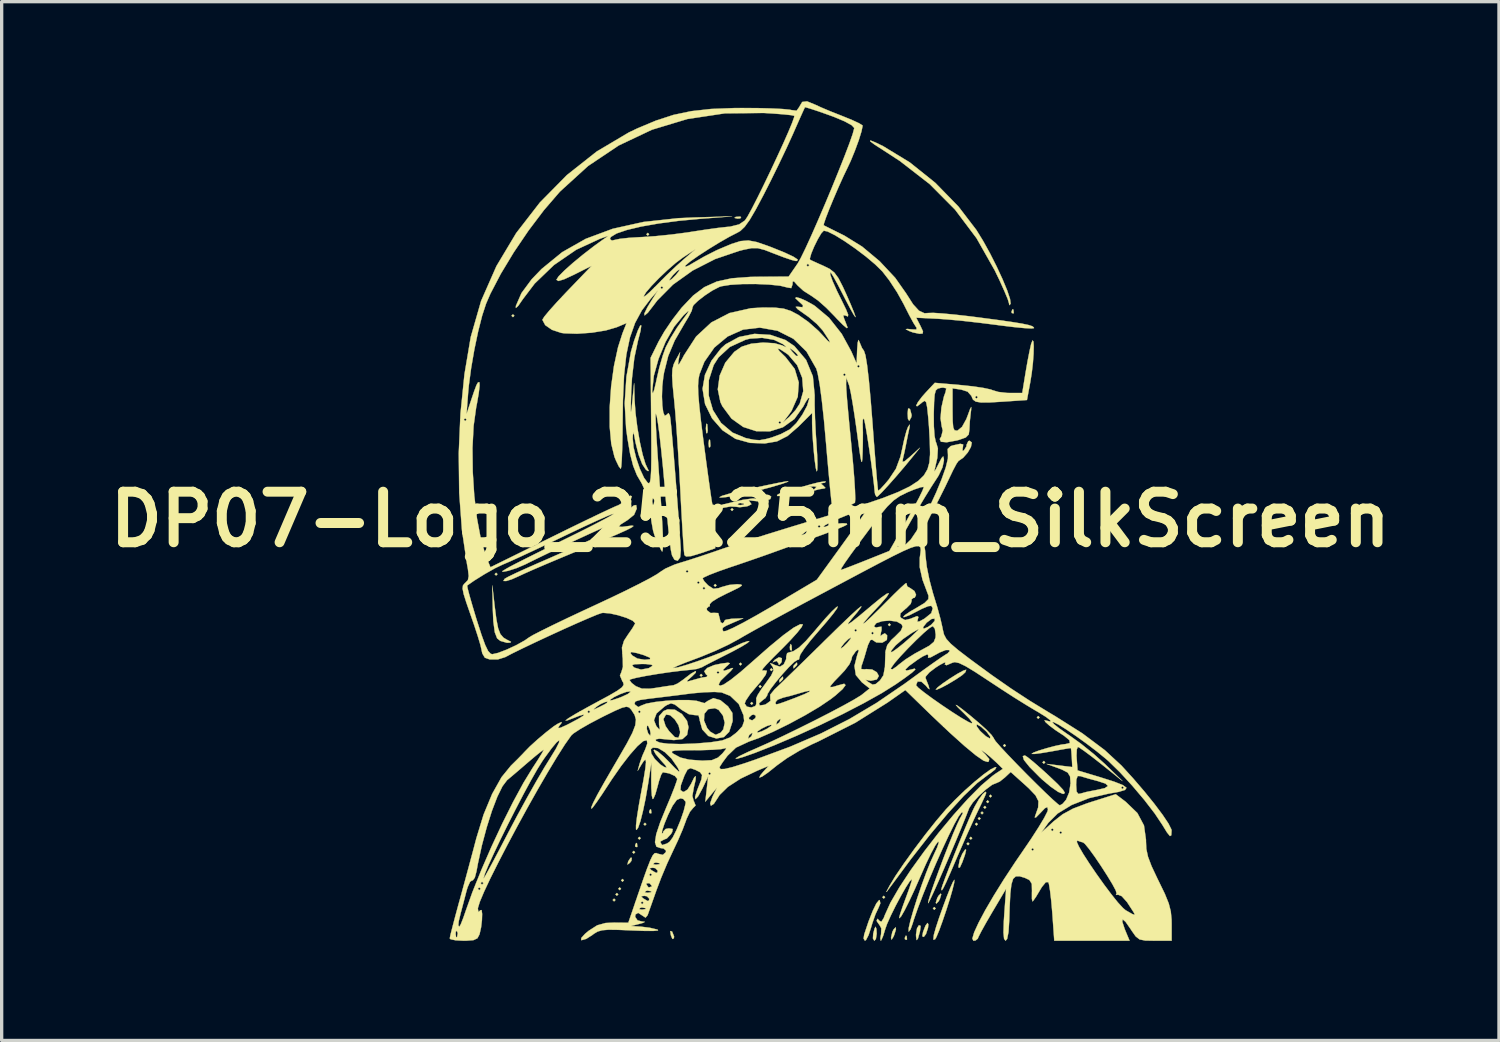
<source format=kicad_pcb>
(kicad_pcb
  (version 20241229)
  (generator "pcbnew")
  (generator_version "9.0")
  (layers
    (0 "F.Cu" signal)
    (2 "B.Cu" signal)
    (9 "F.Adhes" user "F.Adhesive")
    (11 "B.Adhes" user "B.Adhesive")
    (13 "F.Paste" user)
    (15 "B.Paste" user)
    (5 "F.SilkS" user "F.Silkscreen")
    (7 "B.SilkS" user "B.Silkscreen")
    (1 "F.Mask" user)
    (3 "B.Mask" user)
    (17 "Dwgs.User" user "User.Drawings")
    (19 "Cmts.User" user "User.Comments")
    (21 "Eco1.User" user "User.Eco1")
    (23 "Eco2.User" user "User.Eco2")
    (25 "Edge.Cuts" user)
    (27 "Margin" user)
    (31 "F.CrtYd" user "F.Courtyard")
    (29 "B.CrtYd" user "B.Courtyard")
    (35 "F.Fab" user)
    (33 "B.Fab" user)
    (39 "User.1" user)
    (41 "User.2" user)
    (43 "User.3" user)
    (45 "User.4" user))
  (footprint "DP07-Logo_25x25mm_SilkScreen"
    (layer "F.Cu")
    (at 19.565 12.605)
    (property "Reference" "DP07-Logo_25x25mm_SilkScreen" (at 0 0 0) (layer "F.SilkS") (effects (font (size 1.524 1.524) (thickness 0.3))))
    (attr through_hole)
    (fp_poly (pts (xy -7.62 1.651) (xy -7.662 1.693) (xy -7.705 1.651) (xy -7.662 1.609) (xy -7.62 1.651)) (stroke (width 0.01) (type solid)) (fill yes) (layer "F.SilkS"))
    (fp_poly (pts (xy -7.112 -6.138) (xy -7.154 -6.096) (xy -7.197 -6.138) (xy -7.154 -6.181) (xy -7.112 -6.138)) (stroke (width 0.01) (type solid)) (fill yes) (layer "F.SilkS"))
    (fp_poly (pts (xy -4.064 11.472) (xy -4.106 11.515) (xy -4.149 11.472) (xy -4.106 11.43) (xy -4.064 11.472)) (stroke (width 0.01) (type solid)) (fill yes) (layer "F.SilkS"))
    (fp_poly (pts (xy -3.979 11.303) (xy -4.022 11.345) (xy -4.064 11.303) (xy -4.022 11.261) (xy -3.979 11.303)) (stroke (width 0.01) (type solid)) (fill yes) (layer "F.SilkS"))
    (fp_poly (pts (xy -3.895 11.134) (xy -3.937 11.176) (xy -3.979 11.134) (xy -3.937 11.091) (xy -3.895 11.134)) (stroke (width 0.01) (type solid)) (fill yes) (layer "F.SilkS"))
    (fp_poly (pts (xy -3.81 10.88) (xy -3.852 10.922) (xy -3.895 10.88) (xy -3.852 10.837) (xy -3.81 10.88)) (stroke (width 0.01) (type solid)) (fill yes) (layer "F.SilkS"))
    (fp_poly (pts (xy -3.471 10.033) (xy -3.514 10.075) (xy -3.556 10.033) (xy -3.514 9.991) (xy -3.471 10.033)) (stroke (width 0.01) (type solid)) (fill yes) (layer "F.SilkS"))
    (fp_poly (pts (xy -3.302 9.61) (xy -3.344 9.652) (xy -3.387 9.61) (xy -3.344 9.567) (xy -3.302 9.61)) (stroke (width 0.01) (type solid)) (fill yes) (layer "F.SilkS"))
    (fp_poly (pts (xy -3.133 9.186) (xy -3.175 9.229) (xy -3.217 9.186) (xy -3.175 9.144) (xy -3.133 9.186)) (stroke (width 0.01) (type solid)) (fill yes) (layer "F.SilkS"))
    (fp_poly (pts (xy -3.048 -8.594) (xy -3.09 -8.551) (xy -3.133 -8.594) (xy -3.09 -8.636) (xy -3.048 -8.594)) (stroke (width 0.01) (type solid)) (fill yes) (layer "F.SilkS"))
    (fp_poly (pts (xy -1.439 4.699) (xy -1.482 4.741) (xy -1.524 4.699) (xy -1.482 4.657) (xy -1.439 4.699)) (stroke (width 0.01) (type solid)) (fill yes) (layer "F.SilkS"))
    (fp_poly (pts (xy -1.016 1.99) (xy -1.058 2.032) (xy -1.101 1.99) (xy -1.058 1.947) (xy -1.016 1.99)) (stroke (width 0.01) (type solid)) (fill yes) (layer "F.SilkS"))
    (fp_poly (pts (xy -0.508 -0.296) (xy -0.55 -0.254) (xy -0.593 -0.296) (xy -0.55 -0.339) (xy -0.508 -0.296)) (stroke (width 0.01) (type solid)) (fill yes) (layer "F.SilkS"))
    (fp_poly (pts (xy -0.254 4.36) (xy -0.296 4.403) (xy -0.339 4.36) (xy -0.296 4.318) (xy -0.254 4.36)) (stroke (width 0.01) (type solid)) (fill yes) (layer "F.SilkS"))
    (fp_poly (pts (xy 0.085 5.546) (xy 0.042 5.588) (xy 0 5.546) (xy 0.042 5.503) (xy 0.085 5.546)) (stroke (width 0.01) (type solid)) (fill yes) (layer "F.SilkS"))
    (fp_poly (pts (xy 0.339 5.038) (xy 0.296 5.08) (xy 0.254 5.038) (xy 0.296 4.995) (xy 0.339 5.038)) (stroke (width 0.01) (type solid)) (fill yes) (layer "F.SilkS"))
    (fp_poly (pts (xy 0.677 4.53) (xy 0.635 4.572) (xy 0.593 4.53) (xy 0.635 4.487) (xy 0.677 4.53)) (stroke (width 0.01) (type solid)) (fill yes) (layer "F.SilkS"))
    (fp_poly (pts (xy 4.064 11.388) (xy 4.022 11.43) (xy 3.979 11.388) (xy 4.022 11.345) (xy 4.064 11.388)) (stroke (width 0.01) (type solid)) (fill yes) (layer "F.SilkS"))
    (fp_poly (pts (xy 4.233 3.175) (xy 4.191 3.217) (xy 4.149 3.175) (xy 4.191 3.133) (xy 4.233 3.175)) (stroke (width 0.01) (type solid)) (fill yes) (layer "F.SilkS"))
    (fp_poly (pts (xy 5.588 11.726) (xy 5.546 11.769) (xy 5.503 11.726) (xy 5.546 11.684) (xy 5.588 11.726)) (stroke (width 0.01) (type solid)) (fill yes) (layer "F.SilkS"))
    (fp_poly (pts (xy 6.604 9.779) (xy 6.562 9.821) (xy 6.519 9.779) (xy 6.562 9.737) (xy 6.604 9.779)) (stroke (width 0.01) (type solid)) (fill yes) (layer "F.SilkS"))
    (fp_poly (pts (xy 6.689 9.61) (xy 6.646 9.652) (xy 6.604 9.61) (xy 6.646 9.567) (xy 6.689 9.61)) (stroke (width 0.01) (type solid)) (fill yes) (layer "F.SilkS"))
    (fp_poly (pts (xy 6.858 9.186) (xy 6.816 9.229) (xy 6.773 9.186) (xy 6.816 9.144) (xy 6.858 9.186)) (stroke (width 0.01) (type solid)) (fill yes) (layer "F.SilkS"))
    (fp_poly (pts (xy 6.943 9.017) (xy 6.9 9.059) (xy 6.858 9.017) (xy 6.9 8.975) (xy 6.943 9.017)) (stroke (width 0.01) (type solid)) (fill yes) (layer "F.SilkS"))
    (fp_poly (pts (xy 7.027 8.848) (xy 6.985 8.89) (xy 6.943 8.848) (xy 6.985 8.805) (xy 7.027 8.848)) (stroke (width 0.01) (type solid)) (fill yes) (layer "F.SilkS"))
    (fp_poly (pts (xy 7.112 8.678) (xy 7.07 8.721) (xy 7.027 8.678) (xy 7.07 8.636) (xy 7.112 8.678)) (stroke (width 0.01) (type solid)) (fill yes) (layer "F.SilkS"))
    (fp_poly (pts (xy 7.197 8.509) (xy 7.154 8.551) (xy 7.112 8.509) (xy 7.154 8.467) (xy 7.197 8.509)) (stroke (width 0.01) (type solid)) (fill yes) (layer "F.SilkS"))
    (fp_poly (pts (xy 7.281 8.34) (xy 7.239 8.382) (xy 7.197 8.34) (xy 7.239 8.297) (xy 7.281 8.34)) (stroke (width 0.01) (type solid)) (fill yes) (layer "F.SilkS"))
    (fp_poly (pts (xy 7.705 6.816) (xy 7.662 6.858) (xy 7.62 6.816) (xy 7.662 6.773) (xy 7.705 6.816)) (stroke (width 0.01) (type solid)) (fill yes) (layer "F.SilkS"))
    (fp_poly (pts (xy 8.721 5.969) (xy 8.678 6.011) (xy 8.636 5.969) (xy 8.678 5.927) (xy 8.721 5.969)) (stroke (width 0.01) (type solid)) (fill yes) (layer "F.SilkS"))
    (fp_poly (pts (xy 8.89 7.324) (xy 8.848 7.366) (xy 8.805 7.324) (xy 8.848 7.281) (xy 8.89 7.324)) (stroke (width 0.01) (type solid)) (fill yes) (layer "F.SilkS"))
    (fp_poly (pts (xy -3.415 9.765) (xy -3.405 9.865) (xy -3.415 9.878) (xy -3.465 9.866) (xy -3.471 9.821) (xy -3.44 9.752) (xy -3.415 9.765)) (stroke (width 0.01) (type solid)) (fill yes) (layer "F.SilkS"))
    (fp_poly (pts (xy -2.992 8.749) (xy -2.981 8.849) (xy -2.992 8.862) (xy -3.042 8.85) (xy -3.048 8.805) (xy -3.017 8.736) (xy -2.992 8.749)) (stroke (width 0.01) (type solid)) (fill yes) (layer "F.SilkS"))
    (fp_poly (pts (xy -1.214 -2.392) (xy -1.203 -2.218) (xy -1.214 -2.18) (xy -1.245 -2.17) (xy -1.257 -2.286) (xy -1.243 -2.406) (xy -1.214 -2.392)) (stroke (width 0.01) (type solid)) (fill yes) (layer "F.SilkS"))
    (fp_poly (pts (xy -0.277 -9.11) (xy -0.302 -9.072) (xy -0.388 -9.066) (xy -0.478 -9.087) (xy -0.439 -9.117) (xy -0.307 -9.127) (xy -0.277 -9.11)) (stroke (width 0.01) (type solid)) (fill yes) (layer "F.SilkS"))
    (fp_poly (pts (xy 1.243 3.794) (xy 1.253 3.926) (xy 1.236 3.956) (xy 1.198 3.931) (xy 1.192 3.845) (xy 1.213 3.755) (xy 1.243 3.794)) (stroke (width 0.01) (type solid)) (fill yes) (layer "F.SilkS"))
    (fp_poly (pts (xy 4.713 12.559) (xy 4.723 12.659) (xy 4.713 12.672) (xy 4.663 12.66) (xy 4.657 12.615) (xy 4.688 12.546) (xy 4.713 12.559)) (stroke (width 0.01) (type solid)) (fill yes) (layer "F.SilkS"))
    (fp_poly (pts (xy 7.93 -6.322) (xy 7.941 -6.221) (xy 7.93 -6.209) (xy 7.88 -6.221) (xy 7.874 -6.265) (xy 7.905 -6.335) (xy 7.93 -6.322)) (stroke (width 0.01) (type solid)) (fill yes) (layer "F.SilkS"))
    (fp_poly (pts (xy -3.582 10.29) (xy -3.63 10.352) (xy -3.701 10.405) (xy -3.684 10.321) (xy -3.678 10.305) (xy -3.61 10.201) (xy -3.572 10.2) (xy -3.582 10.29)) (stroke (width 0.01) (type solid)) (fill yes) (layer "F.SilkS"))
    (fp_poly (pts (xy -2.36 12.422) (xy -2.356 12.426) (xy -2.297 12.573) (xy -2.304 12.627) (xy -2.348 12.647) (xy -2.393 12.537) (xy -2.413 12.407) (xy -2.36 12.422)) (stroke (width 0.01) (type solid)) (fill yes) (layer "F.SilkS"))
    (fp_poly (pts (xy 1.105 -0.792) (xy 1.088 -0.736) (xy 0.952 -0.706) (xy 0.806 -0.705) (xy 0.814 -0.739) (xy 0.879 -0.779) (xy 1.034 -0.818) (xy 1.105 -0.792)) (stroke (width 0.01) (type solid)) (fill yes) (layer "F.SilkS"))
    (fp_poly (pts (xy -1.3 -2.87) (xy -1.296 -2.856) (xy -1.284 -2.671) (xy -1.299 -2.602) (xy -1.327 -2.599) (xy -1.338 -2.732) (xy -1.338 -2.752) (xy -1.326 -2.883) (xy -1.3 -2.87)) (stroke (width 0.01) (type solid)) (fill yes) (layer "F.SilkS"))
    (fp_poly (pts (xy 0.989 4.796) (xy 0.974 4.826) (xy 0.894 4.907) (xy 0.879 4.911) (xy 0.873 4.856) (xy 0.889 4.826) (xy 0.969 4.745) (xy 0.984 4.741) (xy 0.989 4.796)) (stroke (width 0.01) (type solid)) (fill yes) (layer "F.SilkS"))
    (fp_poly (pts (xy 1.367 -0.887) (xy 1.439 -0.847) (xy 1.507 -0.78) (xy 1.482 -0.765) (xy 1.343 -0.807) (xy 1.27 -0.847) (xy 1.202 -0.914) (xy 1.228 -0.929) (xy 1.367 -0.887)) (stroke (width 0.01) (type solid)) (fill yes) (layer "F.SilkS"))
    (fp_poly (pts (xy 1.413 4.373) (xy 1.397 4.403) (xy 1.317 4.484) (xy 1.302 4.487) (xy 1.297 4.433) (xy 1.312 4.403) (xy 1.392 4.322) (xy 1.407 4.318) (xy 1.413 4.373)) (stroke (width 0.01) (type solid)) (fill yes) (layer "F.SilkS"))
    (fp_poly (pts (xy 3.802 12.349) (xy 3.81 12.488) (xy 3.785 12.648) (xy 3.737 12.7) (xy 3.696 12.63) (xy 3.705 12.488) (xy 3.746 12.33) (xy 3.778 12.277) (xy 3.802 12.349)) (stroke (width 0.01) (type solid)) (fill yes) (layer "F.SilkS"))
    (fp_poly (pts (xy 4.39 12.356) (xy 4.342 12.514) (xy 4.318 12.573) (xy 4.26 12.668) (xy 4.241 12.615) (xy 4.281 12.435) (xy 4.318 12.361) (xy 4.381 12.295) (xy 4.39 12.356)) (stroke (width 0.01) (type solid)) (fill yes) (layer "F.SilkS"))
    (fp_poly (pts (xy 4.804 -3.333) (xy 4.819 -3.31) (xy 4.863 -3.142) (xy 4.851 -3.077) (xy 4.79 -2.97) (xy 4.752 -3.028) (xy 4.743 -3.196) (xy 4.757 -3.343) (xy 4.804 -3.333)) (stroke (width 0.01) (type solid)) (fill yes) (layer "F.SilkS"))
    (fp_poly (pts (xy 5.135 12.254) (xy 5.114 12.418) (xy 5.053 12.634) (xy 5.013 12.682) (xy 4.996 12.564) (xy 4.995 12.507) (xy 5.026 12.322) (xy 5.083 12.232) (xy 5.135 12.254)) (stroke (width 0.01) (type solid)) (fill yes) (layer "F.SilkS"))
    (fp_poly (pts (xy 5.368 12.205) (xy 5.356 12.314) (xy 5.295 12.498) (xy 5.23 12.585) (xy 5.184 12.564) (xy 5.207 12.435) (xy 5.28 12.246) (xy 5.341 12.164) (xy 5.368 12.205)) (stroke (width 0.01) (type solid)) (fill yes) (layer "F.SilkS"))
    (fp_poly (pts (xy 5.755 11.303) (xy 5.713 11.442) (xy 5.673 11.515) (xy 5.606 11.582) (xy 5.591 11.557) (xy 5.633 11.418) (xy 5.673 11.345) (xy 5.74 11.278) (xy 5.755 11.303)) (stroke (width 0.01) (type solid)) (fill yes) (layer "F.SilkS"))
    (fp_poly (pts (xy 6.505 9.962) (xy 6.47 10.11) (xy 6.392 10.329) (xy 6.316 10.494) (xy 6.279 10.497) (xy 6.275 10.456) (xy 6.314 10.257) (xy 6.392 10.075) (xy 6.479 9.946) (xy 6.505 9.962)) (stroke (width 0.01) (type solid)) (fill yes) (layer "F.SilkS"))
    (fp_poly (pts (xy 0.951 4.183) (xy 0.944 4.293) (xy 0.93 4.318) (xy 0.864 4.391) (xy 0.848 4.334) (xy 0.794 4.267) (xy 0.741 4.283) (xy 0.678 4.307) (xy 0.733 4.236) (xy 0.862 4.156) (xy 0.951 4.183)) (stroke (width 0.01) (type solid)) (fill yes) (layer "F.SilkS"))
    (fp_poly (pts (xy 6.508 4.533) (xy 6.482 4.607) (xy 6.386 4.695) (xy 6.195 4.824) (xy 5.974 4.956) (xy 5.77 5.066) (xy 5.627 5.129) (xy 5.588 5.13) (xy 5.652 5.058) (xy 5.814 4.935) (xy 6.026 4.791) (xy 6.243 4.655) (xy 6.419 4.559) (xy 6.507 4.532) (xy 6.508 4.533)) (stroke (width 0.01) (type solid)) (fill yes) (layer "F.SilkS"))
    (fp_poly (pts (xy -7.708 2.591) (xy -7.655 3.003) (xy -7.601 3.281) (xy -7.534 3.456) (xy -7.441 3.564) (xy -7.343 3.623) (xy -7.212 3.691) (xy -7.231 3.714) (xy -7.334 3.72) (xy -7.535 3.662) (xy -7.631 3.585) (xy -7.701 3.404) (xy -7.746 3.068) (xy -7.761 2.718) (xy -7.776 1.99) (xy -7.708 2.591)) (stroke (width 0.01) (type solid)) (fill yes) (layer "F.SilkS"))
    (fp_poly (pts (xy 3.9 11.476) (xy 3.92 11.574) (xy 3.863 11.71) (xy 3.772 11.904) (xy 3.676 12.178) (xy 3.641 12.298) (xy 3.565 12.53) (xy 3.489 12.675) (xy 3.455 12.7) (xy 3.415 12.633) (xy 3.434 12.509) (xy 3.565 12.117) (xy 3.692 11.796) (xy 3.801 11.573) (xy 3.882 11.475) (xy 3.9 11.476)) (stroke (width 0.01) (type solid)) (fill yes) (layer "F.SilkS"))
    (fp_poly (pts (xy 8.361 7.17) (xy 8.541 7.317) (xy 8.785 7.53) (xy 8.975 7.702) (xy 9.26 7.972) (xy 9.425 8.148) (xy 9.482 8.245) (xy 9.439 8.275) (xy 9.423 8.274) (xy 9.277 8.212) (xy 9.055 8.058) (xy 8.798 7.842) (xy 8.725 7.773) (xy 8.418 7.464) (xy 8.247 7.251) (xy 8.214 7.137) (xy 8.276 7.115) (xy 8.361 7.17)) (stroke (width 0.01) (type solid)) (fill yes) (layer "F.SilkS"))
    (fp_poly (pts (xy 1.113 -1.127) (xy 0.968 -1.076) (xy 0.895 -1.052) (xy 0.588 -0.962) (xy 0.235 -0.87) (xy -0.126 -0.787) (xy -0.46 -0.718) (xy -0.728 -0.672) (xy -0.895 -0.657) (xy -0.931 -0.668) (xy -0.854 -0.709) (xy -0.644 -0.772) (xy -0.335 -0.851) (xy -0.021 -0.921) (xy 0.491 -1.029) (xy 0.849 -1.102) (xy 1.064 -1.142) (xy 1.148 -1.15) (xy 1.113 -1.127)) (stroke (width 0.01) (type solid)) (fill yes) (layer "F.SilkS"))
    (fp_poly (pts (xy 6.151 10.864) (xy 6.144 10.957) (xy 6.092 11.169) (xy 6.008 11.459) (xy 5.904 11.786) (xy 5.794 12.11) (xy 5.692 12.391) (xy 5.609 12.589) (xy 5.569 12.658) (xy 5.517 12.667) (xy 5.532 12.526) (xy 5.536 12.509) (xy 5.596 12.298) (xy 5.689 12.014) (xy 5.801 11.698) (xy 5.917 11.386) (xy 6.023 11.118) (xy 6.106 10.931) (xy 6.15 10.863) (xy 6.151 10.864)) (stroke (width 0.01) (type solid)) (fill yes) (layer "F.SilkS"))
    (fp_poly (pts (xy 2.276 -1.139) (xy 2.245 -1.104) (xy 2.194 -1.099) (xy 2.122 -1.083) (xy 2.197 -1.019) (xy 2.201 -1.016) (xy 2.265 -0.948) (xy 2.229 -0.933) (xy 2.068 -0.907) (xy 1.975 -0.881) (xy 1.874 -0.856) (xy 1.922 -0.907) (xy 1.947 -0.926) (xy 1.994 -0.983) (xy 1.911 -0.996) (xy 1.736 -0.978) (xy 1.553 -0.956) (xy 1.513 -0.96) (xy 1.623 -0.998) (xy 1.817 -1.055) (xy 2.062 -1.117) (xy 2.232 -1.144) (xy 2.276 -1.139)) (stroke (width 0.01) (type solid)) (fill yes) (layer "F.SilkS"))
    (fp_poly (pts (xy 7.112 8.241) (xy 7.077 8.331) (xy 6.986 8.529) (xy 6.867 8.775) (xy 6.731 9.061) (xy 6.555 9.447) (xy 6.365 9.878) (xy 6.224 10.202) (xy 6.037 10.638) (xy 5.906 10.934) (xy 5.821 11.109) (xy 5.775 11.18) (xy 5.758 11.164) (xy 5.757 11.149) (xy 5.788 11.043) (xy 5.871 10.815) (xy 5.993 10.498) (xy 6.141 10.126) (xy 6.3 9.733) (xy 6.457 9.352) (xy 6.599 9.017) (xy 6.712 8.762) (xy 6.762 8.659) (xy 6.889 8.438) (xy 7.007 8.278) (xy 7.089 8.21) (xy 7.112 8.241)) (stroke (width 0.01) (type solid)) (fill yes) (layer "F.SilkS"))
    (fp_poly (pts (xy 3.771 -11.362) (xy 4.004 -11.249) (xy 4.806 -10.761) (xy 5.577 -10.143) (xy 6.273 -9.43) (xy 6.817 -8.719) (xy 7.017 -8.394) (xy 7.225 -8.018) (xy 7.425 -7.622) (xy 7.602 -7.24) (xy 7.742 -6.904) (xy 7.828 -6.647) (xy 7.847 -6.502) (xy 7.845 -6.496) (xy 7.807 -6.456) (xy 7.796 -6.52) (xy 7.758 -6.644) (xy 7.658 -6.883) (xy 7.515 -7.201) (xy 7.37 -7.502) (xy 6.82 -8.474) (xy 6.173 -9.335) (xy 5.409 -10.104) (xy 4.509 -10.802) (xy 4.024 -11.118) (xy 3.747 -11.296) (xy 3.612 -11.398) (xy 3.62 -11.422) (xy 3.771 -11.362)) (stroke (width 0.01) (type solid)) (fill yes) (layer "F.SilkS"))
    (fp_poly (pts (xy 7.415 7.471) (xy 7.379 7.538) (xy 7.236 7.652) (xy 7.17 7.695) (xy 6.84 7.946) (xy 6.434 8.335) (xy 5.96 8.853) (xy 5.426 9.491) (xy 4.841 10.239) (xy 4.211 11.09) (xy 4.208 11.093) (xy 4.113 11.223) (xy 4.101 11.225) (xy 4.172 11.089) (xy 4.2 11.037) (xy 4.375 10.748) (xy 4.632 10.37) (xy 4.941 9.941) (xy 5.273 9.501) (xy 5.6 9.09) (xy 5.892 8.746) (xy 5.898 8.739) (xy 6.164 8.46) (xy 6.458 8.177) (xy 6.754 7.914) (xy 7.025 7.693) (xy 7.244 7.536) (xy 7.384 7.467) (xy 7.415 7.471)) (stroke (width 0.01) (type solid)) (fill yes) (layer "F.SilkS"))
    (fp_poly (pts (xy 0.609 -5.561) (xy 1.057 -5.408) (xy 1.328 -5.224) (xy 1.681 -4.808) (xy 1.886 -4.311) (xy 1.94 -3.745) (xy 1.939 -3.448) (xy 1.951 -3.046) (xy 1.973 -2.602) (xy 1.99 -2.349) (xy 2.015 -1.946) (xy 2.024 -1.654) (xy 2.018 -1.484) (xy 2 -1.447) (xy 1.973 -1.553) (xy 1.938 -1.812) (xy 1.918 -2.011) (xy 1.889 -2.361) (xy 1.869 -2.692) (xy 1.863 -2.896) (xy 1.863 -3.209) (xy 1.449 -2.796) (xy 1.123 -2.514) (xy 0.803 -2.351) (xy 0.435 -2.289) (xy -0.008 -2.306) (xy -0.446 -2.428) (xy -0.837 -2.685) (xy -1.152 -3.045) (xy -1.363 -3.473) (xy -1.406 -3.733) (xy -1.254 -3.733) (xy -1.126 -3.293) (xy -0.883 -2.909) (xy -0.537 -2.616) (xy -0.138 -2.451) (xy 0.108 -2.398) (xy 0.281 -2.387) (xy 0.47 -2.421) (xy 0.635 -2.465) (xy 0.92 -2.57) (xy 1.178 -2.706) (xy 1.208 -2.726) (xy 1.389 -2.904) (xy 1.569 -3.157) (xy 1.711 -3.422) (xy 1.777 -3.638) (xy 1.778 -3.658) (xy 1.746 -3.656) (xy 1.664 -3.53) (xy 1.599 -3.406) (xy 1.33 -3.026) (xy 0.984 -2.777) (xy 0.591 -2.654) (xy 0.182 -2.658) (xy -0.213 -2.786) (xy -0.402 -2.921) (xy 0.847 -2.921) (xy 0.889 -2.879) (xy 0.931 -2.921) (xy 0.889 -2.963) (xy 0.847 -2.921) (xy -0.402 -2.921) (xy -0.565 -3.037) (xy -0.841 -3.409) (xy -0.901 -3.535) (xy -0.98 -3.92) (xy -0.924 -4.332) (xy -0.753 -4.724) (xy -0.483 -5.049) (xy -0.331 -5.154) (xy 0.822 -5.154) (xy 0.876 -5.074) (xy 1.061 -4.893) (xy 1.064 -4.889) (xy 1.339 -4.534) (xy 1.461 -4.127) (xy 1.431 -3.698) (xy 1.245 -3.274) (xy 1.167 -3.164) (xy 0.982 -2.921) (xy 1.177 -3.09) (xy 1.367 -3.299) (xy 1.49 -3.488) (xy 1.596 -3.863) (xy 1.565 -4.267) (xy 1.412 -4.649) (xy 1.15 -4.957) (xy 1.098 -4.997) (xy 0.896 -5.13) (xy 0.822 -5.154) (xy -0.331 -5.154) (xy -0.316 -5.164) (xy 1.191 -5.164) (xy 1.212 -5.12) (xy 1.259 -5.059) (xy 1.383 -4.927) (xy 1.438 -4.928) (xy 1.439 -4.943) (xy 1.381 -5.013) (xy 1.291 -5.091) (xy 1.191 -5.164) (xy -0.316 -5.164) (xy -0.254 -5.207) (xy 0.03 -5.296) (xy 0.385 -5.33) (xy 0.731 -5.309) (xy 0.958 -5.245) (xy 1.083 -5.188) (xy 1.065 -5.217) (xy 0.987 -5.281) (xy 0.714 -5.413) (xy 0.358 -5.472) (xy -0.011 -5.448) (xy -0.146 -5.414) (xy -0.617 -5.197) (xy -0.956 -4.885) (xy -1.103 -4.653) (xy -1.25 -4.197) (xy -1.254 -3.733) (xy -1.406 -3.733) (xy -1.439 -3.937) (xy -1.439 -3.937) (xy -1.367 -4.356) (xy -1.17 -4.783) (xy -0.879 -5.157) (xy -0.744 -5.278) (xy -0.34 -5.498) (xy 0.127 -5.592) (xy 0.609 -5.561)) (stroke (width 0.01) (type solid)) (fill yes) (layer "F.SilkS"))
    (fp_poly (pts (xy 1.496 -6.667) (xy 1.678 -6.588) (xy 1.897 -6.466) (xy 1.946 -6.435) (xy 2.373 -6.077) (xy 2.756 -5.591) (xy 3.043 -5.065) (xy 3.205 -4.699) (xy 3.221 -5.122) (xy 3.237 -5.327) (xy 3.26 -5.408) (xy 3.278 -5.376) (xy 3.366 -5.168) (xy 3.426 -5.08) (xy 3.471 -4.947) (xy 3.52 -4.651) (xy 3.573 -4.2) (xy 3.628 -3.6) (xy 3.682 -2.921) (xy 3.724 -2.354) (xy 3.764 -1.845) (xy 3.798 -1.419) (xy 3.826 -1.098) (xy 3.846 -0.907) (xy 3.853 -0.863) (xy 3.914 -0.908) (xy 4.047 -1.052) (xy 4.174 -1.202) (xy 4.389 -1.524) (xy 4.526 -1.893) (xy 4.576 -2.117) (xy 4.641 -2.42) (xy 4.708 -2.667) (xy 4.757 -2.794) (xy 4.808 -2.859) (xy 4.799 -2.773) (xy 4.794 -2.752) (xy 4.751 -2.551) (xy 4.701 -2.297) (xy 4.699 -2.286) (xy 4.648 -2.033) (xy 4.6 -1.827) (xy 4.598 -1.82) (xy 4.589 -1.734) (xy 4.651 -1.752) (xy 4.806 -1.881) (xy 4.832 -1.905) (xy 5.113 -2.159) (xy 4.906 -1.903) (xy 4.652 -1.594) (xy 4.394 -1.292) (xy 4.156 -1.023) (xy 3.963 -0.815) (xy 3.84 -0.695) (xy 3.812 -0.677) (xy 3.763 -0.748) (xy 3.75 -0.826) (xy 3.724 -1.084) (xy 3.682 -1.422) (xy 3.631 -1.804) (xy 3.574 -2.19) (xy 3.519 -2.544) (xy 3.471 -2.827) (xy 3.435 -3.003) (xy 3.421 -3.04) (xy 3.391 -3.004) (xy 3.387 -2.849) (xy 3.388 -2.836) (xy 3.394 -2.615) (xy 3.392 -2.301) (xy 3.386 -2.032) (xy 3.377 -1.83) (xy 3.365 -1.732) (xy 3.346 -1.75) (xy 3.317 -1.898) (xy 3.274 -2.188) (xy 3.214 -2.633) (xy 3.211 -2.658) (xy 3.147 -3.105) (xy 3.084 -3.507) (xy 3.027 -3.828) (xy 2.982 -4.028) (xy 2.973 -4.055) (xy 2.892 -4.276) (xy 2.887 -4.064) (xy 2.894 -3.916) (xy 2.915 -3.629) (xy 2.95 -3.234) (xy 2.994 -2.761) (xy 3.045 -2.24) (xy 3.048 -2.204) (xy 3.096 -1.694) (xy 3.133 -1.242) (xy 3.156 -0.876) (xy 3.164 -0.621) (xy 3.155 -0.505) (xy 3.152 -0.501) (xy 3.033 -0.437) (xy 2.84 -0.364) (xy 2.642 -0.304) (xy 2.504 -0.28) (xy 2.481 -0.285) (xy 2.465 -0.375) (xy 2.438 -0.609) (xy 2.402 -0.965) (xy 2.36 -1.417) (xy 2.313 -1.942) (xy 2.285 -2.272) (xy 2.22 -2.997) (xy 2.154 -3.602) (xy 2.091 -4.075) (xy 2.038 -4.36) (xy 2.794 -4.36) (xy 2.836 -4.318) (xy 2.879 -4.36) (xy 2.836 -4.403) (xy 2.794 -4.36) (xy 2.038 -4.36) (xy 2.031 -4.402) (xy 1.99 -4.543) (xy 1.949 -4.614) (xy 3.217 -4.614) (xy 3.26 -4.572) (xy 3.302 -4.614) (xy 3.26 -4.657) (xy 3.217 -4.614) (xy 1.949 -4.614) (xy 1.695 -5.058) (xy 1.301 -5.442) (xy 0.82 -5.686) (xy 0.285 -5.78) (xy -0.218 -5.72) (xy -0.683 -5.513) (xy -1.082 -5.182) (xy -1.385 -4.75) (xy -1.534 -4.368) (xy -1.563 -4.217) (xy -1.575 -4.025) (xy -1.567 -3.767) (xy -1.538 -3.418) (xy -1.486 -2.954) (xy -1.41 -2.35) (xy -1.401 -2.286) (xy -1.332 -1.759) (xy -1.268 -1.287) (xy -1.213 -0.897) (xy -1.172 -0.614) (xy -1.147 -0.467) (xy -1.144 -0.454) (xy -1.066 -0.415) (xy -0.864 -0.437) (xy -0.837 -0.444) (xy -0.387 -0.444) (xy -0.303 -0.43) (xy -0.194 -0.446) (xy -0.192 -0.474) (xy -0.306 -0.495) (xy -0.355 -0.481) (xy -0.387 -0.444) (xy -0.837 -0.444) (xy -0.543 -0.516) (xy -0.222 -0.59) (xy 0.065 -0.629) (xy 0.246 -0.626) (xy 0.385 -0.606) (xy 0.376 -0.641) (xy 0.339 -0.669) (xy 0.269 -0.738) (xy 0.348 -0.76) (xy 0.397 -0.761) (xy 0.565 -0.731) (xy 0.629 -0.686) (xy 0.603 -0.613) (xy 0.462 -0.56) (xy 0.26 -0.542) (xy 0.082 -0.561) (xy -0.048 -0.578) (xy -0.025 -0.535) (xy -0.013 -0.527) (xy 0.035 -0.458) (xy -0.065 -0.405) (xy -0.112 -0.392) (xy -0.318 -0.366) (xy -0.438 -0.381) (xy -0.595 -0.389) (xy -0.804 -0.352) (xy -0.938 -0.308) (xy -1.014 -0.239) (xy -1.049 -0.105) (xy -1.058 0.138) (xy -1.058 0.294) (xy -1.058 0.871) (xy -1.507 1.024) (xy -1.784 1.107) (xy -1.935 1.119) (xy -1.986 1.076) (xy -1.999 0.964) (xy -2.019 0.71) (xy -2.043 0.338) (xy -2.07 -0.125) (xy -2.098 -0.654) (xy -2.11 -0.889) (xy -2.144 -1.503) (xy -2.182 -2.122) (xy -2.222 -2.706) (xy -2.26 -3.212) (xy -2.295 -3.597) (xy -2.3 -3.643) (xy -2.341 -4.054) (xy -2.357 -4.337) (xy -2.347 -4.531) (xy -2.309 -4.676) (xy -2.256 -4.786) (xy -2.116 -5.038) (xy -2.164 -4.784) (xy -2.177 -4.667) (xy -2.144 -4.683) (xy -2.054 -4.84) (xy -2.002 -4.941) (xy -1.633 -5.511) (xy -1.175 -5.936) (xy -0.625 -6.22) (xy 0.02 -6.365) (xy 0.381 -6.386) (xy 0.747 -6.382) (xy 1.006 -6.352) (xy 1.218 -6.284) (xy 1.444 -6.166) (xy 1.453 -6.16) (xy 1.751 -5.951) (xy 2.05 -5.687) (xy 2.164 -5.567) (xy 2.335 -5.381) (xy 2.404 -5.328) (xy 2.37 -5.408) (xy 2.233 -5.619) (xy 2.175 -5.704) (xy 2.003 -5.893) (xy 1.757 -6.102) (xy 1.617 -6.201) (xy 1.43 -6.334) (xy 1.368 -6.406) (xy 1.418 -6.41) (xy 1.578 -6.395) (xy 1.587 -6.454) (xy 1.46 -6.571) (xy 1.359 -6.666) (xy 1.38 -6.696) (xy 1.496 -6.667)) (stroke (width 0.01) (type solid)) (fill yes) (layer "F.SilkS"))
    (fp_poly (pts (xy 1.951 -12.502) (xy 1.951 -12.502) (xy 2.136 -12.417) (xy 2.42 -12.297) (xy 2.747 -12.168) (xy 2.777 -12.156) (xy 3.065 -12.039) (xy 3.28 -11.939) (xy 3.382 -11.875) (xy 3.386 -11.867) (xy 3.352 -11.698) (xy 3.269 -11.429) (xy 3.153 -11.113) (xy 3.026 -10.803) (xy 2.939 -10.617) (xy 2.806 -10.34) (xy 2.658 -10.012) (xy 2.511 -9.67) (xy 2.378 -9.349) (xy 2.276 -9.085) (xy 2.218 -8.912) (xy 2.213 -8.864) (xy 2.298 -8.821) (xy 2.496 -8.722) (xy 2.767 -8.587) (xy 2.836 -8.553) (xy 3.371 -8.222) (xy 3.899 -7.781) (xy 4.367 -7.281) (xy 4.694 -6.816) (xy 4.907 -6.483) (xy 5.085 -6.289) (xy 5.25 -6.213) (xy 5.376 -6.221) (xy 5.516 -6.225) (xy 5.79 -6.207) (xy 6.165 -6.172) (xy 6.607 -6.122) (xy 6.858 -6.09) (xy 7.442 -6.013) (xy 7.877 -5.951) (xy 8.186 -5.901) (xy 8.386 -5.859) (xy 8.5 -5.822) (xy 8.547 -5.784) (xy 8.551 -5.765) (xy 8.473 -5.755) (xy 8.257 -5.766) (xy 7.935 -5.798) (xy 7.538 -5.846) (xy 7.429 -5.861) (xy 6.938 -5.923) (xy 6.437 -5.98) (xy 5.986 -6.023) (xy 5.654 -6.047) (xy 5 -6.079) (xy 5.127 -5.834) (xy 5.205 -5.666) (xy 5.194 -5.602) (xy 5.103 -5.594) (xy 4.902 -5.635) (xy 4.784 -5.68) (xy 4.687 -5.733) (xy 4.738 -5.741) (xy 4.848 -5.728) (xy 5.002 -5.721) (xy 5.015 -5.772) (xy 4.994 -5.801) (xy 4.916 -5.925) (xy 4.791 -6.155) (xy 4.644 -6.445) (xy 4.623 -6.488) (xy 4.424 -6.846) (xy 4.187 -7.208) (xy 3.982 -7.472) (xy 3.768 -7.683) (xy 3.485 -7.922) (xy 3.165 -8.164) (xy 2.844 -8.386) (xy 2.555 -8.565) (xy 2.33 -8.677) (xy 2.214 -8.702) (xy 2.14 -8.624) (xy 2.036 -8.448) (xy 1.926 -8.227) (xy 1.838 -8.015) (xy 1.795 -7.864) (xy 1.801 -7.826) (xy 1.883 -7.787) (xy 2.07 -7.702) (xy 2.201 -7.644) (xy 2.392 -7.55) (xy 2.532 -7.44) (xy 2.653 -7.276) (xy 2.786 -7.019) (xy 2.893 -6.786) (xy 3.026 -6.482) (xy 3.123 -6.246) (xy 3.169 -6.113) (xy 3.169 -6.096) (xy 3.118 -6.166) (xy 3.012 -6.355) (xy 2.869 -6.627) (xy 2.794 -6.773) (xy 2.639 -7.073) (xy 2.512 -7.305) (xy 2.431 -7.435) (xy 2.414 -7.451) (xy 2.41 -7.38) (xy 2.48 -7.182) (xy 2.617 -6.877) (xy 2.748 -6.612) (xy 2.887 -6.327) (xy 2.95 -6.169) (xy 2.941 -6.116) (xy 2.866 -6.146) (xy 2.864 -6.147) (xy 2.801 -6.152) (xy 2.822 -6.068) (xy 2.903 -5.859) (xy 2.933 -5.779) (xy 2.908 -5.765) (xy 2.794 -5.861) (xy 2.613 -6.044) (xy 2.543 -6.12) (xy 2.291 -6.377) (xy 2.042 -6.597) (xy 1.846 -6.735) (xy 1.833 -6.743) (xy 1.602 -6.89) (xy 1.42 -7.057) (xy 1.42 -7.058) (xy 1.315 -7.176) (xy 1.277 -7.164) (xy 1.272 -7.082) (xy 1.234 -6.971) (xy 1.122 -6.989) (xy 0.901 -7.043) (xy 0.565 -7.078) (xy 0.167 -7.095) (xy -0.24 -7.093) (xy -0.604 -7.07) (xy -0.871 -7.027) (xy -0.933 -7.007) (xy -1.144 -6.898) (xy -1.37 -6.749) (xy -1.572 -6.592) (xy -1.712 -6.458) (xy -1.748 -6.377) (xy -1.745 -6.374) (xy -1.766 -6.288) (xy -1.861 -6.104) (xy -1.988 -5.893) (xy -2.28 -5.389) (xy -2.474 -4.925) (xy -2.599 -4.429) (xy -2.621 -4.298) (xy -2.654 -4.005) (xy -2.663 -3.705) (xy -2.652 -3.434) (xy -2.624 -3.228) (xy -2.581 -3.124) (xy -2.532 -3.145) (xy -2.466 -3.206) (xy -2.424 -3.13) (xy -2.407 -3.018) (xy -2.381 -2.763) (xy -2.348 -2.393) (xy -2.308 -1.932) (xy -2.266 -1.408) (xy -2.222 -0.848) (xy -2.178 -0.277) (xy -2.138 0.278) (xy -2.103 0.791) (xy -2.095 0.925) (xy -2.114 1.144) (xy -2.188 1.247) (xy -2.285 1.216) (xy -2.359 1.086) (xy -2.392 0.934) (xy -2.431 0.649) (xy -2.473 0.265) (xy -2.514 -0.181) (xy -2.53 -0.381) (xy -2.58 -0.997) (xy -2.633 -1.578) (xy -2.686 -2.102) (xy -2.736 -2.547) (xy -2.782 -2.891) (xy -2.82 -3.113) (xy -2.849 -3.19) (xy -2.851 -3.188) (xy -2.856 -3.097) (xy -2.848 -2.863) (xy -2.83 -2.51) (xy -2.802 -2.066) (xy -2.766 -1.555) (xy -2.756 -1.41) (xy -2.716 -0.858) (xy -2.681 -0.342) (xy -2.654 0.107) (xy -2.637 0.457) (xy -2.63 0.676) (xy -2.63 0.696) (xy -2.638 0.91) (xy -2.657 0.973) (xy -2.7 0.902) (xy -2.724 0.847) (xy -2.819 0.629) (xy -2.884 0.493) (xy -2.93 0.338) (xy -2.978 0.074) (xy -3.016 -0.222) (xy -3.078 -0.557) (xy -2.957 -0.557) (xy -2.941 -0.448) (xy -2.912 -0.446) (xy -2.892 -0.56) (xy -2.905 -0.609) (xy -2.943 -0.641) (xy -2.957 -0.557) (xy -3.078 -0.557) (xy -3.109 -0.723) (xy -3.271 -1.083) (xy -3.272 -1.084) (xy -3.418 -1.334) (xy -3.531 -1.617) (xy -3.622 -1.972) (xy -3.702 -2.438) (xy -3.743 -2.737) (xy -3.786 -3.499) (xy -3.734 -4.299) (xy -3.596 -5.059) (xy -3.503 -5.38) (xy -3.39 -5.693) (xy -3.315 -5.848) (xy -3.286 -5.845) (xy -3.308 -5.684) (xy -3.389 -5.371) (xy -3.495 -4.871) (xy -3.566 -4.258) (xy -3.589 -3.852) (xy -3.6 -3.485) (xy -3.602 -3.281) (xy -3.596 -3.235) (xy -3.579 -3.341) (xy -3.561 -3.514) (xy -3.502 -4.106) (xy -3.487 -3.585) (xy -3.459 -3.2) (xy -3.404 -2.767) (xy -3.33 -2.335) (xy -3.245 -1.953) (xy -3.159 -1.669) (xy -3.123 -1.591) (xy -3.061 -1.461) (xy -3.091 -1.458) (xy -3.151 -1.504) (xy -3.259 -1.667) (xy -3.368 -1.955) (xy -3.461 -2.324) (xy -3.5 -2.54) (xy -3.523 -2.628) (xy -3.539 -2.55) (xy -3.544 -2.437) (xy -3.519 -2.173) (xy -3.44 -1.849) (xy -3.328 -1.522) (xy -3.202 -1.251) (xy -3.09 -1.101) (xy -3.051 -1.087) (xy -3.022 -1.133) (xy -3.002 -1.256) (xy -2.989 -1.475) (xy -2.983 -1.806) (xy -2.983 -2.27) (xy -2.987 -2.883) (xy -2.988 -2.934) (xy -2.996 -3.875) (xy -2.956 -3.875) (xy -2.955 -3.856) (xy -2.938 -3.8) (xy -2.899 -3.896) (xy -2.844 -4.125) (xy -2.827 -4.208) (xy -2.743 -4.575) (xy -2.64 -4.932) (xy -2.551 -5.182) (xy -2.408 -5.458) (xy -2.211 -5.776) (xy -2.075 -5.969) (xy -1.913 -6.187) (xy -1.851 -6.282) (xy -1.885 -6.268) (xy -2.01 -6.154) (xy -2.011 -6.153) (xy -2.294 -5.809) (xy -2.554 -5.352) (xy -2.766 -4.839) (xy -2.908 -4.328) (xy -2.956 -3.875) (xy -2.996 -3.875) (xy -3.006 -4.868) (xy -2.766 -5.356) (xy -2.589 -5.665) (xy -2.345 -6.025) (xy -2.085 -6.361) (xy -2.061 -6.39) (xy -1.723 -6.746) (xy -1.385 -7) (xy -1.01 -7.169) (xy -0.559 -7.267) (xy 0.004 -7.309) (xy 0.261 -7.313) (xy 1.156 -7.319) (xy 1.393 -7.662) (xy 1.693 -7.662) (xy 1.736 -7.62) (xy 1.778 -7.662) (xy 1.736 -7.705) (xy 1.693 -7.662) (xy 1.393 -7.662) (xy 1.429 -7.714) (xy 1.524 -7.884) (xy 1.666 -8.175) (xy 1.842 -8.56) (xy 2.041 -9.013) (xy 2.252 -9.505) (xy 2.463 -10.01) (xy 2.663 -10.502) (xy 2.842 -10.952) (xy 2.987 -11.333) (xy 3.087 -11.62) (xy 3.131 -11.784) (xy 3.133 -11.798) (xy 3.056 -11.881) (xy 2.844 -11.997) (xy 2.523 -12.132) (xy 2.397 -12.178) (xy 2.076 -12.292) (xy 1.822 -12.376) (xy 1.672 -12.42) (xy 1.647 -12.423) (xy 1.609 -12.343) (xy 1.517 -12.14) (xy 1.388 -11.849) (xy 1.278 -11.599) (xy 1.093 -11.194) (xy 0.86 -10.705) (xy 0.61 -10.196) (xy 0.398 -9.779) (xy 0.163 -9.337) (xy -0.02 -9.025) (xy -0.169 -8.819) (xy -0.299 -8.695) (xy -0.381 -8.647) (xy -0.629 -8.52) (xy -0.938 -8.343) (xy -1.265 -8.142) (xy -1.571 -7.943) (xy -1.814 -7.772) (xy -1.953 -7.655) (xy -1.957 -7.649) (xy -1.963 -7.608) (xy -1.851 -7.654) (xy -1.705 -7.74) (xy -1.388 -7.923) (xy -1.044 -8.098) (xy -0.943 -8.144) (xy -0.57 -8.301) (xy -0.294 -8.388) (xy -0.059 -8.407) (xy 0.191 -8.36) (xy 0.511 -8.25) (xy 0.632 -8.205) (xy 1.031 -8.044) (xy 1.3 -7.918) (xy 1.429 -7.832) (xy 1.41 -7.792) (xy 1.372 -7.789) (xy 1.247 -7.819) (xy 1.016 -7.897) (xy 0.728 -8.007) (xy 0.727 -8.007) (xy 0.433 -8.121) (xy 0.227 -8.175) (xy 0.041 -8.176) (xy -0.194 -8.129) (xy -0.335 -8.093) (xy -1.059 -7.847) (xy -1.737 -7.501) (xy -2.33 -7.077) (xy -2.802 -6.601) (xy -2.908 -6.461) (xy -3.087 -6.23) (xy -3.185 -6.146) (xy -3.194 -6.202) (xy -3.103 -6.39) (xy -3.014 -6.539) (xy -2.785 -6.9) (xy -3.006 -6.646) (xy -3.268 -6.301) (xy -3.473 -5.922) (xy -3.627 -5.486) (xy -3.736 -4.967) (xy -3.805 -4.343) (xy -3.839 -3.59) (xy -3.846 -3.069) (xy -3.851 -2.579) (xy -3.86 -2.153) (xy -3.873 -1.817) (xy -3.888 -1.599) (xy -3.904 -1.524) (xy -3.963 -1.596) (xy -4.05 -1.777) (xy -4.095 -1.887) (xy -4.191 -2.279) (xy -4.238 -2.791) (xy -4.238 -3.38) (xy -4.195 -4.004) (xy -4.11 -4.62) (xy -3.987 -5.188) (xy -3.854 -5.604) (xy -3.731 -5.916) (xy -4.031 -5.79) (xy -4.359 -5.695) (xy -4.78 -5.627) (xy -5.22 -5.596) (xy -5.603 -5.608) (xy -5.702 -5.622) (xy -5.978 -5.714) (xy -6.181 -5.855) (xy -6.265 -6.012) (xy -6.265 -6.02) (xy -6.21 -6.109) (xy -6.058 -6.293) (xy -5.832 -6.545) (xy -5.674 -6.713) (xy -3.216 -6.713) (xy -3.163 -6.736) (xy -3.025 -6.857) (xy -2.896 -6.985) (xy -2.709 -6.985) (xy -2.667 -6.943) (xy -2.625 -6.985) (xy -2.667 -7.027) (xy -2.709 -6.985) (xy -2.896 -6.985) (xy -2.829 -7.051) (xy -2.811 -7.07) (xy -2.685 -7.197) (xy -2.439 -7.197) (xy -2.358 -7.252) (xy -2.244 -7.366) (xy -2.146 -7.489) (xy -2.133 -7.535) (xy -2.214 -7.48) (xy -2.328 -7.366) (xy -2.426 -7.243) (xy -2.439 -7.197) (xy -2.685 -7.197) (xy -2.531 -7.352) (xy -2.226 -7.642) (xy -2.029 -7.818) (xy -1.651 -8.144) (xy -2.032 -7.892) (xy -2.248 -7.73) (xy -2.5 -7.511) (xy -2.755 -7.268) (xy -2.981 -7.034) (xy -3.146 -6.841) (xy -3.216 -6.72) (xy -3.216 -6.713) (xy -5.674 -6.713) (xy -5.555 -6.84) (xy -5.524 -6.872) (xy -4.784 -7.642) (xy -5.313 -7.376) (xy -5.612 -7.237) (xy -5.783 -7.186) (xy -5.842 -7.221) (xy -5.842 -7.226) (xy -5.778 -7.325) (xy -5.605 -7.5) (xy -5.352 -7.726) (xy -5.044 -7.98) (xy -4.712 -8.237) (xy -4.484 -8.402) (xy -4.276 -8.548) (xy -4.527 -8.46) (xy -5.246 -8.128) (xy -5.918 -7.667) (xy -6.499 -7.108) (xy -6.854 -6.64) (xy -6.994 -6.438) (xy -7.066 -6.372) (xy -7.065 -6.435) (xy -6.897 -6.821) (xy -6.59 -7.236) (xy -6.291 -7.547) (xy -5.669 -8.055) (xy -4.959 -8.457) (xy -4.147 -8.759) (xy -3.221 -8.965) (xy -2.168 -9.079) (xy -1.693 -9.1) (xy -0.55 -9.133) (xy -1.482 -9.062) (xy -2.15 -9) (xy -2.758 -8.92) (xy -3.287 -8.827) (xy -3.717 -8.725) (xy -4.029 -8.619) (xy -4.203 -8.513) (xy -4.233 -8.451) (xy -4.171 -8.405) (xy -4.085 -8.424) (xy -3.933 -8.456) (xy -3.664 -8.486) (xy -3.331 -8.507) (xy -3.26 -8.51) (xy -2.858 -8.537) (xy -2.374 -8.586) (xy -1.893 -8.649) (xy -1.737 -8.674) (xy -1.344 -8.734) (xy -0.984 -8.784) (xy -0.708 -8.815) (xy -0.611 -8.823) (xy -0.337 -8.891) (xy -0.162 -9.01) (xy -0.082 -9.13) (xy 0.048 -9.368) (xy 0.215 -9.694) (xy 0.406 -10.081) (xy 0.608 -10.501) (xy 0.808 -10.927) (xy 0.993 -11.33) (xy 1.149 -11.683) (xy 1.263 -11.957) (xy 1.322 -12.125) (xy 1.326 -12.164) (xy 1.232 -12.184) (xy 1.005 -12.208) (xy 0.683 -12.233) (xy 0.406 -12.25) (xy -0.769 -12.238) (xy -1.896 -12.068) (xy -2.965 -11.745) (xy -3.966 -11.271) (xy -4.89 -10.652) (xy -5.726 -9.891) (xy -5.765 -9.849) (xy -6.221 -9.32) (xy -6.685 -8.706) (xy -7.128 -8.052) (xy -7.52 -7.403) (xy -7.835 -6.8) (xy -7.965 -6.5) (xy -8.082 -6.142) (xy -8.203 -5.666) (xy -8.317 -5.123) (xy -8.414 -4.563) (xy -8.484 -4.037) (xy -8.505 -3.81) (xy -8.553 -3.175) (xy -8.434 -3.536) (xy -8.325 -3.858) (xy -8.254 -4.047) (xy -8.207 -4.129) (xy -8.171 -4.134) (xy -8.164 -4.128) (xy -8.159 -4.03) (xy -8.185 -3.808) (xy -8.237 -3.504) (xy -8.261 -3.384) (xy -8.34 -2.817) (xy -8.374 -2.155) (xy -8.366 -1.44) (xy -8.32 -0.716) (xy -8.237 -0.024) (xy -8.121 0.593) (xy -7.975 1.093) (xy -7.946 1.166) (xy -7.832 1.443) (xy -5.94 0.51) (xy -5.418 0.253) (xy -4.946 0.024) (xy -4.546 -0.168) (xy -4.238 -0.313) (xy -4.044 -0.401) (xy -3.985 -0.423) (xy -3.886 -0.48) (xy -3.767 -0.593) (xy -3.627 -0.716) (xy -3.572 -0.699) (xy -3.618 -0.551) (xy -3.637 -0.515) (xy -3.678 -0.37) (xy -3.612 -0.345) (xy -3.506 -0.422) (xy -3.44 -0.432) (xy -3.423 -0.324) (xy -3.504 -0.137) (xy -3.701 0.022) (xy -3.907 0.152) (xy -3.962 0.217) (xy -3.865 0.226) (xy -3.704 0.204) (xy -3.567 0.187) (xy -3.52 0.198) (xy -3.573 0.242) (xy -3.737 0.326) (xy -4.024 0.455) (xy -4.443 0.634) (xy -5.007 0.868) (xy -5.165 0.933) (xy -5.654 1.137) (xy -6.111 1.329) (xy -6.503 1.497) (xy -6.799 1.628) (xy -6.96 1.703) (xy -7.188 1.805) (xy -7.359 1.858) (xy -7.442 1.855) (xy -7.404 1.791) (xy -7.297 1.73) (xy -7.07 1.62) (xy -6.758 1.478) (xy -6.477 1.354) (xy -6.055 1.17) (xy -5.621 0.978) (xy -5.241 0.808) (xy -5.08 0.735) (xy -4.8 0.611) (xy -4.579 0.526) (xy -4.463 0.496) (xy -4.46 0.496) (xy -4.427 0.46) (xy -4.44 0.431) (xy -4.42 0.329) (xy -4.341 0.262) (xy -4.243 0.192) (xy -4.245 0.172) (xy -4.334 0.205) (xy -4.545 0.298) (xy -4.849 0.436) (xy -5.213 0.604) (xy -5.608 0.789) (xy -6.004 0.976) (xy -6.369 1.152) (xy -6.673 1.301) (xy -6.773 1.352) (xy -7.043 1.468) (xy -7.303 1.551) (xy -7.324 1.555) (xy -7.463 1.58) (xy -7.474 1.561) (xy -7.348 1.484) (xy -7.239 1.423) (xy -7.051 1.325) (xy -6.743 1.169) (xy -6.349 0.973) (xy -5.902 0.752) (xy -5.555 0.582) (xy -5.113 0.364) (xy -4.721 0.165) (xy -4.406 0.001) (xy -4.194 -0.116) (xy -4.116 -0.168) (xy -4.16 -0.161) (xy -4.335 -0.09) (xy -4.621 0.037) (xy -4.997 0.21) (xy -5.442 0.421) (xy -5.588 0.491) (xy -6.082 0.727) (xy -6.542 0.944) (xy -6.94 1.129) (xy -7.247 1.269) (xy -7.434 1.35) (xy -7.451 1.356) (xy -7.69 1.47) (xy -8.002 1.646) (xy -8.323 1.846) (xy -8.535 1.994) (xy -8.521 2.077) (xy -8.465 2.291) (xy -8.375 2.604) (xy -8.261 2.985) (xy -8.244 3.039) (xy -8.102 3.481) (xy -7.992 3.783) (xy -7.904 3.965) (xy -7.826 4.05) (xy -7.776 4.064) (xy -7.601 4.024) (xy -7.34 3.924) (xy -7.052 3.79) (xy -6.798 3.648) (xy -6.669 3.558) (xy -6.552 3.488) (xy -6.303 3.36) (xy -5.949 3.185) (xy -5.512 2.975) (xy -5.016 2.742) (xy -4.729 2.609) (xy -4.209 2.366) (xy -3.731 2.136) (xy -3.609 2.074) (xy -1.439 2.074) (xy -1.397 2.117) (xy -1.355 2.074) (xy -1.397 2.032) (xy -1.439 2.074) (xy -3.609 2.074) (xy -3.322 1.931) (xy -3.273 1.905) (xy -1.609 1.905) (xy -1.566 1.947) (xy -1.524 1.905) (xy -1.566 1.863) (xy -1.609 1.905) (xy -3.273 1.905) (xy -3.032 1.779) (xy -1.439 1.779) (xy -1.383 1.872) (xy -1.27 1.99) (xy -1.112 2.092) (xy -0.946 2.071) (xy -0.885 2.045) (xy -0.638 1.976) (xy -0.398 1.954) (xy -0.275 1.964) (xy -0.254 1.994) (xy -0.35 2.059) (xy -0.579 2.172) (xy -0.704 2.231) (xy -0.971 2.367) (xy -1.155 2.482) (xy -1.222 2.555) (xy -1.219 2.563) (xy -1.221 2.62) (xy -1.253 2.625) (xy -1.314 2.685) (xy -1.304 2.742) (xy -1.196 2.822) (xy -1.095 2.817) (xy -0.966 2.823) (xy -0.931 2.953) (xy -0.896 3.096) (xy -0.842 3.133) (xy -0.783 3.09) (xy -0.791 3.069) (xy -0.743 3.026) (xy -0.575 2.997) (xy -0.521 2.994) (xy -0.212 2.982) (xy -0.508 3.108) (xy -0.73 3.206) (xy -0.829 3.268) (xy -0.838 3.326) (xy -0.812 3.375) (xy -0.726 3.361) (xy -0.517 3.269) (xy -0.207 3.11) (xy 0.182 2.895) (xy 0.623 2.64) (xy 2.005 1.82) (xy 2.221 1.523) (xy 2.726 1.523) (xy 2.73 1.524) (xy 2.817 1.495) (xy 3.024 1.416) (xy 3.315 1.302) (xy 3.476 1.238) (xy 4.191 0.952) (xy 4.729 0.005) (xy 4.927 -0.353) (xy 5.087 -0.654) (xy 5.192 -0.872) (xy 5.23 -0.976) (xy 5.229 -0.98) (xy 5.138 -0.969) (xy 4.94 -0.901) (xy 4.729 -0.814) (xy 4.508 -0.704) (xy 4.319 -0.572) (xy 4.129 -0.387) (xy 3.904 -0.119) (xy 3.675 0.182) (xy 3.305 0.679) (xy 3.032 1.052) (xy 2.85 1.31) (xy 2.75 1.464) (xy 2.726 1.523) (xy 2.221 1.523) (xy 2.772 0.762) (xy 3.035 0.397) (xy 3.257 0.085) (xy 3.421 -0.152) (xy 3.511 -0.289) (xy 3.523 -0.314) (xy 3.431 -0.306) (xy 3.23 -0.245) (xy 2.967 -0.148) (xy 2.688 -0.035) (xy 2.437 0.078) (xy 2.26 0.17) (xy 2.201 0.221) (xy 2.256 0.228) (xy 2.284 0.213) (xy 2.413 0.166) (xy 2.597 0.132) (xy 2.779 0.116) (xy 2.904 0.123) (xy 2.919 0.155) (xy 2.809 0.212) (xy 2.576 0.309) (xy 2.255 0.432) (xy 1.947 0.544) (xy 1.534 0.691) (xy 1.131 0.835) (xy 0.795 0.956) (xy 0.635 1.014) (xy 0.365 1.11) (xy -0.004 1.238) (xy -0.412 1.378) (xy -0.614 1.445) (xy -0.957 1.565) (xy -1.23 1.67) (xy -1.4 1.748) (xy -1.439 1.779) (xy -3.032 1.779) (xy -3.005 1.764) (xy -2.805 1.648) (xy -2.754 1.611) (xy -2.686 1.566) (xy -1.947 1.566) (xy -1.905 1.609) (xy -1.863 1.566) (xy -1.905 1.524) (xy -1.947 1.566) (xy -2.686 1.566) (xy -2.562 1.485) (xy -2.287 1.364) (xy -2.152 1.32) (xy -1.895 1.241) (xy -1.533 1.124) (xy -1.123 0.986) (xy -0.847 0.89) (xy -0.49 0.77) (xy -0.011 0.614) (xy 0.435 0.473) (xy 1.542 0.473) (xy 1.57 0.473) (xy 1.693 0.417) (xy 1.861 0.332) (xy 1.94 0.285) (xy 1.962 0.242) (xy 1.884 0.258) (xy 1.759 0.313) (xy 1.646 0.386) (xy 1.542 0.473) (xy 0.435 0.473) (xy 0.549 0.437) (xy 1.15 0.251) (xy 1.278 0.212) (xy 2.032 0.212) (xy 2.074 0.254) (xy 2.117 0.212) (xy 2.074 0.169) (xy 2.032 0.212) (xy 1.278 0.212) (xy 1.751 0.068) (xy 1.863 0.034) (xy 2.723 -0.226) (xy 3.433 -0.451) (xy 4.008 -0.648) (xy 4.462 -0.827) (xy 4.808 -0.994) (xy 5.06 -1.158) (xy 5.233 -1.327) (xy 5.341 -1.51) (xy 5.398 -1.714) (xy 5.417 -1.947) (xy 5.418 -2.017) (xy 5.409 -2.373) (xy 5.386 -2.789) (xy 5.363 -3.071) (xy 5.332 -3.371) (xy 5.301 -3.529) (xy 5.258 -3.574) (xy 5.187 -3.533) (xy 5.152 -3.502) (xy 5.029 -3.409) (xy 4.998 -3.426) (xy 5.051 -3.531) (xy 5.177 -3.698) (xy 5.28 -3.815) (xy 5.561 -4.116) (xy 6.357 -4.047) (xy 6.723 -4.008) (xy 7.035 -3.961) (xy 7.247 -3.915) (xy 7.301 -3.894) (xy 7.475 -3.842) (xy 7.733 -3.812) (xy 7.823 -3.81) (xy 8.197 -3.81) (xy 8.297 -4.424) (xy 8.357 -4.768) (xy 8.418 -5.08) (xy 8.466 -5.292) (xy 8.508 -5.396) (xy 8.534 -5.361) (xy 8.543 -5.216) (xy 8.538 -4.991) (xy 8.518 -4.713) (xy 8.483 -4.413) (xy 8.441 -4.149) (xy 8.339 -3.598) (xy 7.62 -3.549) (xy 7.219 -3.525) (xy 6.956 -3.523) (xy 6.798 -3.549) (xy 6.713 -3.609) (xy 6.68 -3.683) (xy 6.773 -3.683) (xy 6.816 -3.641) (xy 6.858 -3.683) (xy 6.816 -3.725) (xy 6.773 -3.683) (xy 6.68 -3.683) (xy 6.669 -3.707) (xy 6.666 -3.72) (xy 6.551 -3.85) (xy 6.361 -3.911) (xy 6.096 -3.95) (xy 6.096 -3.295) (xy 6.1 -2.966) (xy 6.116 -2.774) (xy 6.153 -2.688) (xy 6.219 -2.674) (xy 6.252 -2.681) (xy 6.382 -2.789) (xy 6.511 -3.022) (xy 6.548 -3.118) (xy 6.626 -3.329) (xy 6.659 -3.387) (xy 6.656 -3.3) (xy 6.646 -3.228) (xy 6.616 -2.95) (xy 6.604 -2.709) (xy 6.584 -2.56) (xy 6.495 -2.469) (xy 6.294 -2.398) (xy 6.219 -2.378) (xy 5.92 -2.324) (xy 5.746 -2.34) (xy 5.71 -2.422) (xy 5.755 -2.495) (xy 5.801 -2.679) (xy 5.768 -2.81) (xy 5.734 -3.047) (xy 5.76 -3.369) (xy 5.836 -3.702) (xy 5.886 -3.839) (xy 5.907 -3.951) (xy 5.809 -3.973) (xy 5.748 -3.966) (xy 5.652 -3.943) (xy 5.591 -3.887) (xy 5.557 -3.762) (xy 5.54 -3.535) (xy 5.53 -3.177) (xy 5.533 -2.807) (xy 5.554 -2.512) (xy 5.591 -2.334) (xy 5.605 -2.308) (xy 5.654 -2.138) (xy 5.637 -1.855) (xy 5.557 -1.502) (xy 5.551 -1.482) (xy 5.552 -1.446) (xy 5.61 -1.543) (xy 5.664 -1.651) (xy 5.765 -1.846) (xy 5.815 -1.9) (xy 5.834 -1.826) (xy 5.836 -1.776) (xy 5.793 -1.57) (xy 5.678 -1.326) (xy 5.642 -1.268) (xy 5.472 -1.007) (xy 5.272 -0.685) (xy 5.061 -0.333) (xy 4.856 0.019) (xy 4.674 0.341) (xy 4.532 0.602) (xy 4.449 0.773) (xy 4.435 0.823) (xy 4.527 0.814) (xy 4.698 0.742) (xy 4.702 0.74) (xy 4.836 0.609) (xy 5.009 0.353) (xy 5.206 0.008) (xy 5.409 -0.392) (xy 5.602 -0.811) (xy 5.768 -1.214) (xy 5.892 -1.565) (xy 5.956 -1.831) (xy 5.958 -1.941) (xy 5.948 -2.121) (xy 6.039 -2.208) (xy 6.109 -2.23) (xy 6.327 -2.278) (xy 6.416 -2.259) (xy 6.407 -2.166) (xy 6.402 -2.155) (xy 6.396 -2.067) (xy 6.436 -2.075) (xy 6.513 -2.197) (xy 6.519 -2.249) (xy 6.57 -2.358) (xy 6.61 -2.371) (xy 6.676 -2.317) (xy 6.65 -2.184) (xy 6.555 -2.016) (xy 6.415 -1.857) (xy 6.274 -1.76) (xy 6.215 -1.676) (xy 6.112 -1.482) (xy 6.011 -1.271) (xy 5.868 -0.971) (xy 5.679 -0.594) (xy 5.481 -0.211) (xy 5.439 -0.134) (xy 5.254 0.238) (xy 5.163 0.482) (xy 5.168 0.595) (xy 5.171 0.597) (xy 5.226 0.707) (xy 5.268 0.93) (xy 5.283 1.12) (xy 5.319 1.427) (xy 5.398 1.818) (xy 5.504 2.218) (xy 5.528 2.296) (xy 5.64 2.662) (xy 5.733 3.007) (xy 5.793 3.269) (xy 5.802 3.32) (xy 5.837 3.468) (xy 5.908 3.602) (xy 6.042 3.749) (xy 6.263 3.937) (xy 6.595 4.191) (xy 6.628 4.216) (xy 7.281 4.695) (xy 7.861 5.099) (xy 8.424 5.467) (xy 9.025 5.834) (xy 9.189 5.931) (xy 10.008 6.449) (xy 10.685 6.956) (xy 11.188 7.421) (xy 11.538 7.805) (xy 11.874 8.196) (xy 12.177 8.571) (xy 12.427 8.904) (xy 12.605 9.17) (xy 12.692 9.345) (xy 12.698 9.377) (xy 12.689 9.522) (xy 12.649 9.545) (xy 12.56 9.436) (xy 12.42 9.207) (xy 12.191 8.864) (xy 11.875 8.454) (xy 11.511 8.024) (xy 11.139 7.62) (xy 10.799 7.288) (xy 10.724 7.222) (xy 10.448 6.996) (xy 10.136 6.759) (xy 9.819 6.531) (xy 9.528 6.333) (xy 9.292 6.186) (xy 9.141 6.11) (xy 9.104 6.107) (xy 9.15 6.169) (xy 9.309 6.296) (xy 9.548 6.465) (xy 9.623 6.515) (xy 9.972 6.766) (xy 10.355 7.075) (xy 10.692 7.376) (xy 10.7 7.384) (xy 11.218 7.886) (xy 10.577 7.372) (xy 10.296 7.152) (xy 10.064 6.979) (xy 9.913 6.876) (xy 9.874 6.858) (xy 9.841 6.933) (xy 9.833 7.121) (xy 9.838 7.212) (xy 9.864 7.566) (xy 10.541 7.77) (xy 10.966 7.905) (xy 11.231 8.009) (xy 11.339 8.09) (xy 11.295 8.155) (xy 11.103 8.213) (xy 10.798 8.267) (xy 10.211 8.402) (xy 9.688 8.607) (xy 9.264 8.865) (xy 8.984 9.144) (xy 8.772 9.44) (xy 9.313 9.44) (xy 9.356 9.483) (xy 9.398 9.44) (xy 9.356 9.398) (xy 9.313 9.44) (xy 8.772 9.44) (xy 8.865 9.356) (xy 9.059 9.356) (xy 9.102 9.398) (xy 9.144 9.356) (xy 9.102 9.313) (xy 9.059 9.356) (xy 8.865 9.356) (xy 9.148 9.097) (xy 9.417 8.887) (xy 9.73 8.717) (xy 10.144 8.56) (xy 10.27 8.519) (xy 11.015 8.284) (xy 11.315 8.512) (xy 11.667 8.851) (xy 11.866 9.225) (xy 11.927 9.663) (xy 11.926 9.696) (xy 11.936 9.931) (xy 11.987 10.168) (xy 12.094 10.451) (xy 12.271 10.826) (xy 12.308 10.901) (xy 12.495 11.286) (xy 12.612 11.575) (xy 12.674 11.817) (xy 12.698 12.063) (xy 12.7 12.19) (xy 12.7 12.7) (xy 12.193 12.7) (xy 11.908 12.695) (xy 11.735 12.661) (xy 11.617 12.57) (xy 11.494 12.396) (xy 11.467 12.353) (xy 11.311 12.13) (xy 11.224 12.055) (xy 11.212 12.126) (xy 11.283 12.341) (xy 11.303 12.391) (xy 11.432 12.7) (xy 9.162 12.7) (xy 9.103 11.866) (xy 9.071 11.5) (xy 9.035 11.194) (xy 9.001 10.99) (xy 8.982 10.934) (xy 8.908 10.935) (xy 8.788 11.081) (xy 8.731 11.176) (xy 8.611 11.377) (xy 8.526 11.498) (xy 8.506 11.515) (xy 8.488 11.44) (xy 8.488 11.255) (xy 8.49 11.201) (xy 8.485 10.984) (xy 8.412 10.869) (xy 8.276 10.804) (xy 8.118 10.757) (xy 8.003 10.76) (xy 7.922 10.834) (xy 7.87 11.001) (xy 7.837 11.28) (xy 7.817 11.693) (xy 7.805 12.086) (xy 7.783 12.436) (xy 7.741 12.645) (xy 7.694 12.7) (xy 7.649 12.641) (xy 7.631 12.453) (xy 7.641 12.121) (xy 7.654 11.917) (xy 7.71 11.134) (xy 7.284 11.853) (xy 7.103 12.164) (xy 6.96 12.422) (xy 6.874 12.591) (xy 6.858 12.636) (xy 6.789 12.692) (xy 6.724 12.7) (xy 6.693 12.634) (xy 6.748 12.447) (xy 6.881 12.157) (xy 7.08 11.782) (xy 7.338 11.341) (xy 7.642 10.852) (xy 7.984 10.332) (xy 8.198 10.02) (xy 8.247 9.948) (xy 8.467 9.948) (xy 8.509 9.991) (xy 8.551 9.948) (xy 8.509 9.906) (xy 8.467 9.948) (xy 8.247 9.948) (xy 8.404 9.718) (xy 9.84 9.718) (xy 9.905 9.862) (xy 10.037 10.089) (xy 10.219 10.371) (xy 10.432 10.684) (xy 10.658 11.001) (xy 10.88 11.297) (xy 11.078 11.544) (xy 11.237 11.717) (xy 11.315 11.782) (xy 11.507 11.891) (xy 11.583 11.922) (xy 11.575 11.88) (xy 11.548 11.832) (xy 11.356 11.536) (xy 11.195 11.356) (xy 11.082 11.311) (xy 11.072 11.315) (xy 11.021 11.319) (xy 11.041 11.274) (xy 11.014 11.181) (xy 10.91 10.988) (xy 10.754 10.731) (xy 10.57 10.445) (xy 10.381 10.166) (xy 10.211 9.932) (xy 10.084 9.778) (xy 10.03 9.737) (xy 9.94 9.711) (xy 9.86 9.681) (xy 9.84 9.718) (xy 8.404 9.718) (xy 8.463 9.631) (xy 8.688 9.282) (xy 8.858 8.998) (xy 8.955 8.808) (xy 8.972 8.75) (xy 8.952 8.671) (xy 8.879 8.706) (xy 8.744 8.848) (xy 8.61 8.984) (xy 8.573 8.983) (xy 8.589 8.932) (xy 8.677 8.68) (xy 8.685 8.492) (xy 8.597 8.318) (xy 8.398 8.109) (xy 8.292 8.012) (xy 7.849 7.614) (xy 7.671 7.781) (xy 7.52 7.901) (xy 7.423 7.945) (xy 7.29 7.999) (xy 7.096 8.144) (xy 6.886 8.336) (xy 6.705 8.536) (xy 6.598 8.7) (xy 6.595 8.708) (xy 6.494 8.968) (xy 6.356 9.309) (xy 6.192 9.702) (xy 6.015 10.119) (xy 5.837 10.532) (xy 5.671 10.911) (xy 5.529 11.228) (xy 5.423 11.455) (xy 5.366 11.564) (xy 5.36 11.568) (xy 5.374 11.48) (xy 5.439 11.266) (xy 5.545 10.961) (xy 5.678 10.596) (xy 5.825 10.204) (xy 5.976 9.816) (xy 6.117 9.466) (xy 6.237 9.186) (xy 6.322 9.008) (xy 6.338 8.983) (xy 6.412 8.845) (xy 6.376 8.832) (xy 6.365 8.839) (xy 6.282 8.947) (xy 6.15 9.184) (xy 5.983 9.522) (xy 5.792 9.932) (xy 5.59 10.386) (xy 5.39 10.855) (xy 5.205 11.311) (xy 5.047 11.725) (xy 4.928 12.067) (xy 4.894 12.179) (xy 4.831 12.355) (xy 4.779 12.424) (xy 4.772 12.42) (xy 4.774 12.32) (xy 4.825 12.097) (xy 4.915 11.784) (xy 5.031 11.417) (xy 5.163 11.029) (xy 5.3 10.656) (xy 5.429 10.332) (xy 5.526 10.119) (xy 5.634 9.884) (xy 5.682 9.739) (xy 5.661 9.711) (xy 5.656 9.716) (xy 5.573 9.832) (xy 5.446 10.069) (xy 5.292 10.39) (xy 5.16 10.688) (xy 4.969 11.122) (xy 4.796 11.494) (xy 4.652 11.782) (xy 4.547 11.965) (xy 4.493 12.021) (xy 4.488 12.003) (xy 4.515 11.899) (xy 4.588 11.682) (xy 4.691 11.4) (xy 4.695 11.39) (xy 4.794 11.117) (xy 4.858 10.92) (xy 4.875 10.838) (xy 4.874 10.837) (xy 4.806 10.908) (xy 4.687 11.092) (xy 4.538 11.352) (xy 4.38 11.648) (xy 4.235 11.941) (xy 4.123 12.192) (xy 4.07 12.34) (xy 4.003 12.557) (xy 3.947 12.685) (xy 3.932 12.7) (xy 3.919 12.63) (xy 3.942 12.498) (xy 3.948 12.323) (xy 3.902 12.239) (xy 3.816 12.116) (xy 3.811 12.081) (xy 3.839 12.037) (xy 3.885 12.094) (xy 3.95 12.129) (xy 4.022 12.016) (xy 4.054 11.93) (xy 4.223 11.556) (xy 4.492 11.092) (xy 4.838 10.567) (xy 5.24 10.01) (xy 5.675 9.448) (xy 6.122 8.911) (xy 6.557 8.426) (xy 6.958 8.022) (xy 7.305 7.727) (xy 7.396 7.662) (xy 7.613 7.52) (xy 7.426 7.335) (xy 7.228 7.155) (xy 7.066 7.025) (xy 6.97 6.961) (xy 6.996 6.998) (xy 7.083 7.083) (xy 7.201 7.221) (xy 7.188 7.295) (xy 7.157 7.311) (xy 7.034 7.274) (xy 6.801 7.114) (xy 6.46 6.832) (xy 6.016 6.433) (xy 5.804 6.233) (xy 6.822 6.233) (xy 6.914 6.361) (xy 6.943 6.392) (xy 7.1 6.536) (xy 7.219 6.603) (xy 7.226 6.604) (xy 7.233 6.552) (xy 7.14 6.424) (xy 7.112 6.392) (xy 6.954 6.249) (xy 6.836 6.181) (xy 6.828 6.181) (xy 6.822 6.233) (xy 5.804 6.233) (xy 5.47 5.917) (xy 5.279 5.732) (xy 4.674 5.144) (xy 4.136 5.521) (xy 3.167 6.128) (xy 2.035 6.7) (xy 1.863 6.777) (xy 1.486 6.968) (xy 1.104 7.198) (xy 0.797 7.419) (xy 0.791 7.425) (xy 0.53 7.633) (xy 0.353 7.754) (xy 0.273 7.783) (xy 0.303 7.713) (xy 0.389 7.61) (xy 0.55 7.431) (xy 0.212 7.573) (xy -0.29 7.812) (xy -0.676 8.062) (xy -0.926 8.307) (xy -0.975 8.385) (xy -1.099 8.574) (xy -1.187 8.631) (xy -1.21 8.56) (xy -1.142 8.365) (xy -1.14 8.361) (xy -1.006 8.086) (xy -1.181 8.297) (xy -1.356 8.509) (xy -1.313 8.128) (xy -1.269 7.747) (xy -1.445 8.114) (xy -1.574 8.349) (xy -1.652 8.433) (xy -1.666 8.369) (xy -1.602 8.162) (xy -1.571 8.084) (xy -1.475 7.841) (xy -1.454 7.703) (xy -1.485 7.662) (xy -1.27 7.662) (xy -1.228 7.705) (xy -1.185 7.662) (xy -1.228 7.62) (xy -1.27 7.662) (xy -1.485 7.662) (xy -1.516 7.62) (xy -1.655 7.549) (xy -1.802 7.498) (xy -1.893 7.542) (xy -1.98 7.71) (xy -1.994 7.744) (xy -2.092 8.01) (xy -2.105 8.156) (xy -2.035 8.21) (xy -2 8.213) (xy -1.89 8.142) (xy -1.783 7.97) (xy -1.777 7.956) (xy -1.687 7.771) (xy -1.643 7.741) (xy -1.65 7.859) (xy -1.701 8.075) (xy -1.747 8.336) (xy -1.703 8.496) (xy -1.694 8.508) (xy -1.649 8.624) (xy -1.719 8.693) (xy -1.819 8.813) (xy -1.921 9.028) (xy -1.947 9.102) (xy -2.042 9.355) (xy -2.184 9.684) (xy -2.329 9.991) (xy -2.503 10.365) (xy -2.686 10.801) (xy -2.828 11.176) (xy -2.94 11.492) (xy -3.033 11.754) (xy -3.09 11.915) (xy -3.096 11.931) (xy -3.158 12.004) (xy -3.237 11.952) (xy -3.38 11.859) (xy -3.461 11.909) (xy -3.471 11.98) (xy -3.399 12.085) (xy -3.281 12.117) (xy -3.179 12.131) (xy -3.229 12.16) (xy -3.344 12.192) (xy -3.598 12.257) (xy -3.302 12.275) (xy -3.03 12.309) (xy -2.794 12.365) (xy -2.78 12.391) (xy -2.919 12.404) (xy -3.192 12.403) (xy -3.556 12.39) (xy -3.98 12.372) (xy -4.271 12.368) (xy -4.466 12.384) (xy -4.601 12.423) (xy -4.712 12.489) (xy -4.763 12.528) (xy -4.946 12.644) (xy -5.085 12.683) (xy -5.096 12.68) (xy -5.094 12.617) (xy -4.98 12.491) (xy -4.869 12.399) (xy -4.614 12.235) (xy -4.362 12.165) (xy -4.109 12.154) (xy -3.677 12.158) (xy -3.536 11.748) (xy -3.35 11.748) (xy -3.267 11.762) (xy -3.157 11.746) (xy -3.156 11.718) (xy -3.269 11.697) (xy -3.318 11.711) (xy -3.35 11.748) (xy -3.536 11.748) (xy -3.471 11.557) (xy -3.302 11.557) (xy -3.26 11.599) (xy -3.217 11.557) (xy -3.26 11.515) (xy -3.302 11.557) (xy -3.471 11.557) (xy -3.414 11.392) (xy -3.404 11.361) (xy -3.294 11.361) (xy -3.234 11.419) (xy -3.217 11.43) (xy -3.09 11.504) (xy -3.051 11.482) (xy -3.048 11.43) (xy -3.118 11.359) (xy -3.196 11.347) (xy -3.294 11.361) (xy -3.404 11.361) (xy -3.362 11.24) (xy -3.181 11.24) (xy -3.097 11.254) (xy -2.988 11.238) (xy -2.986 11.21) (xy -3.1 11.189) (xy -3.149 11.203) (xy -3.181 11.24) (xy -3.362 11.24) (xy -3.28 11.002) (xy -3.133 11.002) (xy -3.071 11.088) (xy -3.048 11.091) (xy -2.966 11.062) (xy -2.963 11.054) (xy -3.023 10.982) (xy -3.048 10.964) (xy -3.126 10.971) (xy -3.133 11.002) (xy -3.28 11.002) (xy -3.241 10.887) (xy -3.178 10.71) (xy -3.048 10.71) (xy -3.006 10.753) (xy -2.963 10.71) (xy -3.006 10.668) (xy -3.048 10.71) (xy -3.178 10.71) (xy -3.111 10.523) (xy -3.107 10.514) (xy -3.04 10.514) (xy -2.98 10.573) (xy -2.963 10.583) (xy -2.836 10.657) (xy -2.797 10.635) (xy -2.794 10.583) (xy -2.864 10.512) (xy -2.942 10.5) (xy -3.04 10.514) (xy -3.107 10.514) (xy -3.06 10.394) (xy -2.927 10.394) (xy -2.843 10.407) (xy -2.734 10.392) (xy -2.732 10.363) (xy -2.846 10.343) (xy -2.895 10.356) (xy -2.927 10.394) (xy -3.06 10.394) (xy -3.015 10.278) (xy -2.944 10.132) (xy -2.887 10.065) (xy -2.836 10.056) (xy -2.794 10.075) (xy -2.637 10.113) (xy -2.546 10.03) (xy -2.54 9.986) (xy -2.611 9.921) (xy -2.709 9.906) (xy -2.83 9.864) (xy -2.87 9.737) (xy -2.709 9.737) (xy -2.657 9.816) (xy -2.512 9.77) (xy -2.431 9.716) (xy -2.339 9.589) (xy -2.222 9.356) (xy -2.104 9.071) (xy -2.007 8.79) (xy -1.952 8.569) (xy -1.947 8.514) (xy -2.018 8.428) (xy -2.1 8.407) (xy -2.215 8.455) (xy -2.343 8.632) (xy -2.48 8.911) (xy -2.59 9.178) (xy -2.656 9.379) (xy -2.666 9.469) (xy -2.628 9.446) (xy -2.625 9.412) (xy -2.554 9.332) (xy -2.455 9.313) (xy -2.339 9.332) (xy -2.353 9.419) (xy -2.39 9.483) (xy -2.514 9.616) (xy -2.603 9.652) (xy -2.702 9.705) (xy -2.709 9.737) (xy -2.87 9.737) (xy -2.873 9.729) (xy -2.835 9.487) (xy -2.714 9.125) (xy -2.54 8.701) (xy -2.397 8.36) (xy -2.284 8.074) (xy -2.215 7.879) (xy -2.202 7.82) (xy -2.274 7.733) (xy -2.443 7.656) (xy -2.637 7.621) (xy -2.686 7.695) (xy -2.752 7.886) (xy -2.795 8.048) (xy -2.86 8.278) (xy -2.918 8.413) (xy -2.944 8.429) (xy -2.968 8.326) (xy -2.983 8.105) (xy -2.986 7.853) (xy -2.98 7.324) (xy -3.085 8.001) (xy -3.157 8.418) (xy -3.235 8.789) (xy -3.31 9.088) (xy -3.378 9.287) (xy -3.428 9.36) (xy -3.445 9.341) (xy -3.445 9.222) (xy -3.416 8.975) (xy -3.363 8.639) (xy -3.307 8.325) (xy -3.218 7.844) (xy -3.164 7.512) (xy -3.144 7.317) (xy -3.157 7.242) (xy -3.204 7.273) (xy -3.266 7.366) (xy -3.394 7.578) (xy -3.337 7.366) (xy -3.254 7.126) (xy -3.166 6.929) (xy -2.997 6.929) (xy -2.986 7.052) (xy -2.879 7.222) (xy -2.713 7.386) (xy -2.599 7.461) (xy -2.52 7.485) (xy -2.559 7.412) (xy -2.705 7.25) (xy -2.851 7.077) (xy -2.912 6.966) (xy -2.896 6.943) (xy -2.786 7) (xy -2.611 7.148) (xy -2.478 7.281) (xy -2.267 7.5) (xy -2.157 7.6) (xy -2.136 7.587) (xy -2.187 7.484) (xy -0.931 7.484) (xy -0.893 7.527) (xy -0.766 7.522) (xy -0.531 7.465) (xy -0.169 7.351) (xy 0.14 7.245) (xy 1.198 6.853) (xy 2.132 6.452) (xy 2.986 6.019) (xy 3.805 5.532) (xy 4.587 4.998) (xy 4.995 4.998) (xy 5.061 5.072) (xy 5.237 5.213) (xy 5.488 5.398) (xy 5.78 5.602) (xy 6.08 5.803) (xy 6.354 5.978) (xy 6.568 6.102) (xy 6.669 6.149) (xy 6.69 6.123) (xy 6.604 6.009) (xy 6.435 5.839) (xy 6.255 5.664) (xy 6.195 5.592) (xy 6.248 5.616) (xy 6.402 5.731) (xy 6.65 5.931) (xy 6.877 6.122) (xy 7.108 6.329) (xy 7.273 6.5) (xy 7.343 6.602) (xy 7.343 6.61) (xy 7.394 6.688) (xy 7.543 6.858) (xy 7.766 7.097) (xy 8.037 7.379) (xy 8.333 7.681) (xy 8.63 7.977) (xy 8.903 8.243) (xy 9.128 8.455) (xy 9.28 8.588) (xy 9.33 8.62) (xy 9.416 8.571) (xy 9.52 8.448) (xy 9.61 8.234) (xy 9.647 8.001) (xy 9.821 8.001) (xy 9.835 8.205) (xy 9.889 8.276) (xy 9.956 8.264) (xy 10.125 8.217) (xy 10.371 8.168) (xy 10.423 8.159) (xy 10.687 8.1) (xy 10.708 8.086) (xy 11.176 8.086) (xy 11.218 8.128) (xy 11.261 8.086) (xy 11.218 8.043) (xy 11.176 8.086) (xy 10.708 8.086) (xy 10.781 8.035) (xy 10.706 7.963) (xy 10.466 7.885) (xy 10.208 7.816) (xy 10.003 7.755) (xy 9.959 7.739) (xy 9.868 7.735) (xy 9.828 7.839) (xy 9.821 8.001) (xy 9.647 8.001) (xy 9.652 7.968) (xy 9.652 7.947) (xy 9.638 7.748) (xy 9.567 7.631) (xy 9.394 7.541) (xy 9.292 7.502) (xy 8.932 7.371) (xy 9.705 7.465) (xy 9.69 7.183) (xy 9.677 6.99) (xy 9.664 6.894) (xy 9.663 6.892) (xy 9.581 6.903) (xy 9.377 6.938) (xy 9.093 6.99) (xy 9.081 6.992) (xy 8.792 7.041) (xy 8.577 7.069) (xy 8.481 7.069) (xy 8.48 7.069) (xy 8.532 7.03) (xy 8.699 6.968) (xy 8.932 6.897) (xy 9.179 6.831) (xy 9.39 6.786) (xy 9.498 6.773) (xy 9.633 6.741) (xy 9.617 6.652) (xy 9.451 6.517) (xy 9.419 6.497) (xy 9.196 6.35) (xy 9.011 6.211) (xy 8.892 6.104) (xy 8.868 6.054) (xy 8.911 6.062) (xy 9.046 6.095) (xy 9.044 6.057) (xy 8.915 5.956) (xy 8.671 5.804) (xy 8.572 5.747) (xy 8.308 5.588) (xy 7.95 5.365) (xy 7.549 5.106) (xy 7.166 4.854) (xy 6.77 4.594) (xy 6.487 4.423) (xy 6.293 4.33) (xy 6.164 4.302) (xy 6.092 4.32) (xy 5.915 4.396) (xy 5.861 4.371) (xy 5.883 4.321) (xy 5.85 4.314) (xy 5.712 4.387) (xy 5.589 4.465) (xy 5.396 4.612) (xy 5.289 4.736) (xy 5.281 4.779) (xy 5.376 5.021) (xy 5.399 5.12) (xy 5.352 5.086) (xy 5.296 5.015) (xy 5.157 4.891) (xy 5.041 4.887) (xy 4.995 4.998) (xy 4.587 4.998) (xy 4.633 4.967) (xy 4.813 4.836) (xy 5.18 4.568) (xy 5.503 4.337) (xy 5.757 4.16) (xy 5.914 4.058) (xy 5.947 4.041) (xy 6.009 3.97) (xy 5.994 3.938) (xy 5.891 3.937) (xy 5.705 4.012) (xy 5.624 4.057) (xy 5.433 4.16) (xy 5.357 4.17) (xy 5.365 4.107) (xy 5.339 4.065) (xy 5.194 4.132) (xy 5.036 4.234) (xy 4.779 4.422) (xy 4.67 4.53) (xy 4.709 4.558) (xy 4.826 4.53) (xy 4.956 4.498) (xy 4.974 4.526) (xy 4.872 4.621) (xy 4.641 4.792) (xy 4.381 4.973) (xy 3.961 5.237) (xy 3.416 5.541) (xy 2.784 5.868) (xy 2.099 6.201) (xy 1.397 6.521) (xy 0.714 6.812) (xy 0.127 7.042) (xy -0.215 7.162) (xy -0.405 7.215) (xy -0.443 7.205) (xy -0.33 7.135) (xy -0.069 7.01) (xy 0.169 6.905) (xy 0.547 6.737) (xy 0.989 6.529) (xy 1.466 6.297) (xy 1.948 6.057) (xy 2.405 5.823) (xy 2.807 5.61) (xy 3.124 5.434) (xy 3.327 5.31) (xy 3.362 5.285) (xy 3.598 5.096) (xy 3.365 4.912) (xy 3.181 4.692) (xy 3.153 4.51) (xy 3.339 4.51) (xy 3.447 4.52) (xy 3.493 4.512) (xy 3.673 4.525) (xy 3.813 4.607) (xy 3.874 4.72) (xy 3.815 4.823) (xy 3.812 4.825) (xy 3.635 4.864) (xy 3.564 4.853) (xy 3.475 4.832) (xy 3.531 4.884) (xy 3.556 4.901) (xy 3.684 4.98) (xy 3.78 4.963) (xy 3.909 4.855) (xy 4.011 4.701) (xy 4.047 4.507) (xy 4.233 4.507) (xy 4.286 4.519) (xy 4.416 4.43) (xy 4.466 4.385) (xy 4.677 4.222) (xy 4.964 4.042) (xy 5.144 3.945) (xy 5.398 3.806) (xy 5.533 3.691) (xy 5.583 3.562) (xy 5.588 3.47) (xy 5.562 3.292) (xy 5.5 3.217) (xy 5.499 3.217) (xy 5.4 3.276) (xy 5.222 3.428) (xy 4.995 3.644) (xy 4.752 3.888) (xy 4.524 4.13) (xy 4.344 4.337) (xy 4.244 4.477) (xy 4.233 4.507) (xy 4.047 4.507) (xy 4.058 4.45) (xy 4.064 4.255) (xy 4.074 4.005) (xy 4.233 4.005) (xy 4.289 3.988) (xy 4.434 3.885) (xy 4.63 3.727) (xy 4.841 3.543) (xy 5.031 3.363) (xy 5.08 3.313) (xy 5.046 3.322) (xy 4.909 3.399) (xy 4.868 3.423) (xy 4.599 3.608) (xy 4.381 3.795) (xy 4.253 3.949) (xy 4.233 4.005) (xy 4.074 4.005) (xy 4.075 3.974) (xy 4.128 3.79) (xy 4.251 3.634) (xy 4.359 3.535) (xy 4.538 3.356) (xy 4.584 3.251) (xy 5.206 3.251) (xy 5.227 3.296) (xy 5.354 3.243) (xy 5.455 3.173) (xy 5.558 3.059) (xy 5.558 2.99) (xy 5.465 3.001) (xy 5.32 3.109) (xy 5.313 3.116) (xy 5.206 3.251) (xy 4.584 3.251) (xy 4.591 3.234) (xy 4.56 3.161) (xy 4.416 3.08) (xy 4.2 3.051) (xy 3.974 3.068) (xy 3.796 3.128) (xy 3.725 3.224) (xy 3.788 3.261) (xy 3.862 3.244) (xy 3.955 3.234) (xy 3.956 3.337) (xy 3.941 3.395) (xy 3.917 3.519) (xy 3.959 3.49) (xy 3.963 3.483) (xy 4.055 3.433) (xy 4.124 3.495) (xy 4.12 3.615) (xy 4.106 3.641) (xy 3.977 3.716) (xy 3.799 3.709) (xy 3.674 3.627) (xy 3.619 3.637) (xy 3.548 3.785) (xy 3.512 3.902) (xy 3.437 4.161) (xy 3.37 4.366) (xy 3.352 4.413) (xy 3.339 4.51) (xy 3.153 4.51) (xy 3.139 4.417) (xy 3.22 4.099) (xy 3.27 3.948) (xy 3.244 3.927) (xy 3.178 3.977) (xy 3.068 4.135) (xy 3.048 4.227) (xy 2.991 4.361) (xy 2.843 4.557) (xy 2.711 4.697) (xy 2.532 4.882) (xy 2.422 5.013) (xy 2.403 5.056) (xy 2.493 5.05) (xy 2.655 5) (xy 2.83 4.954) (xy 2.871 4.995) (xy 2.782 5.115) (xy 2.569 5.305) (xy 2.426 5.416) (xy 2.086 5.647) (xy 1.65 5.905) (xy 1.166 6.166) (xy 0.683 6.403) (xy 0.251 6.593) (xy -0.041 6.697) (xy -0.432 6.879) (xy -0.687 7.124) (xy -0.832 7.318) (xy -0.92 7.454) (xy -0.931 7.484) (xy -2.187 7.484) (xy -2.193 7.472) (xy -2.375 7.21) (xy -2.582 7.01) (xy -2.614 6.991) (xy -2.362 6.991) (xy -2.361 7.03) (xy -2.319 7.064) (xy -2.106 7.179) (xy -1.84 7.243) (xy -1.466 7.271) (xy -1.433 7.272) (xy -1.159 7.258) (xy -0.974 7.18) (xy -0.84 7.056) (xy -0.736 6.928) (xy -0.728 6.887) (xy -0.747 6.896) (xy -0.877 6.924) (xy -1.132 6.944) (xy -1.469 6.956) (xy -1.669 6.957) (xy -2.039 6.958) (xy -2.263 6.968) (xy -2.362 6.991) (xy -2.614 6.991) (xy -2.781 6.892) (xy -2.938 6.88) (xy -2.997 6.929) (xy -3.166 6.929) (xy -3.165 6.926) (xy -3.104 6.754) (xy -3.118 6.655) (xy -3.119 6.655) (xy -3.226 6.683) (xy -3.403 6.836) (xy -3.632 7.095) (xy -3.897 7.438) (xy -4.18 7.845) (xy -4.268 7.98) (xy -4.468 8.286) (xy -4.636 8.531) (xy -4.749 8.684) (xy -4.786 8.721) (xy -4.792 8.677) (xy -4.734 8.54) (xy -4.609 8.298) (xy -4.408 7.939) (xy -4.127 7.453) (xy -3.963 7.173) (xy -3.717 6.747) (xy -3.554 6.434) (xy -3.508 6.314) (xy -3.121 6.314) (xy -3.079 6.449) (xy -3.018 6.519) (xy -3.016 6.519) (xy -3.005 6.451) (xy -3.024 6.347) (xy -3.076 6.227) (xy -3.112 6.216) (xy -3.121 6.314) (xy -3.508 6.314) (xy -3.467 6.207) (xy -3.447 6.037) (xy -3.487 5.893) (xy -3.547 5.8) (xy -3.387 5.8) (xy -3.344 5.842) (xy -3.302 5.8) (xy -3.344 5.757) (xy -3.387 5.8) (xy -3.547 5.8) (xy -3.581 5.746) (xy -3.592 5.731) (xy -3.654 5.667) (xy -3.733 5.646) (xy -3.861 5.675) (xy -4.069 5.764) (xy -4.388 5.919) (xy -4.499 5.975) (xy -4.84 6.154) (xy -5.129 6.32) (xy -5.329 6.451) (xy -5.394 6.509) (xy -5.588 6.783) (xy -5.828 7.161) (xy -6.104 7.619) (xy -6.404 8.135) (xy -6.715 8.688) (xy -7.025 9.255) (xy -7.323 9.814) (xy -7.597 10.343) (xy -7.835 10.819) (xy -8.024 11.221) (xy -8.153 11.527) (xy -8.21 11.713) (xy -8.211 11.735) (xy -8.195 11.837) (xy -8.137 11.781) (xy -8.098 11.776) (xy -8.083 11.892) (xy -8.089 12.082) (xy -8.115 12.3) (xy -8.16 12.499) (xy -8.163 12.509) (xy -8.225 12.626) (xy -8.345 12.682) (xy -8.573 12.7) (xy -8.642 12.7) (xy -8.881 12.687) (xy -9.032 12.655) (xy -9.059 12.63) (xy -9.038 12.526) (xy -9.027 12.481) (xy -8.883 12.481) (xy -8.868 12.591) (xy -8.839 12.592) (xy -8.819 12.479) (xy -8.832 12.43) (xy -8.87 12.398) (xy -8.883 12.481) (xy -9.027 12.481) (xy -8.979 12.292) (xy -8.966 12.242) (xy -8.801 12.242) (xy -8.77 12.277) (xy -8.726 12.203) (xy -8.652 12.015) (xy -8.589 11.832) (xy -8.377 11.238) (xy -8.335 11.134) (xy -8.213 11.134) (xy -8.17 11.176) (xy -8.128 11.134) (xy -8.17 11.091) (xy -8.213 11.134) (xy -8.335 11.134) (xy -8.267 10.964) (xy -8.128 10.964) (xy -8.086 11.007) (xy -8.043 10.964) (xy -8.086 10.922) (xy -8.128 10.964) (xy -8.267 10.964) (xy -8.211 10.827) (xy -8.042 10.827) (xy -8.004 10.772) (xy -7.902 10.589) (xy -7.745 10.299) (xy -7.547 9.924) (xy -7.319 9.487) (xy -7.295 9.44) (xy -7.021 8.922) (xy -6.732 8.394) (xy -6.453 7.899) (xy -6.208 7.48) (xy -6.058 7.239) (xy -5.861 6.917) (xy -5.764 6.724) (xy -5.758 6.658) (xy -5.836 6.717) (xy -5.989 6.9) (xy -6.211 7.203) (xy -6.27 7.29) (xy -6.42 7.53) (xy -6.612 7.867) (xy -6.833 8.275) (xy -7.068 8.726) (xy -7.306 9.193) (xy -7.532 9.65) (xy -7.731 10.068) (xy -7.892 10.421) (xy -8 10.681) (xy -8.042 10.822) (xy -8.042 10.827) (xy -8.211 10.827) (xy -8.108 10.57) (xy -7.801 9.866) (xy -7.475 9.167) (xy -7.147 8.512) (xy -6.837 7.941) (xy -6.576 7.514) (xy -6.405 7.251) (xy -6.282 7.052) (xy -6.228 6.95) (xy -6.228 6.943) (xy -6.303 6.994) (xy -6.47 7.128) (xy -6.694 7.317) (xy -6.707 7.328) (xy -6.962 7.548) (xy -7.19 7.742) (xy -7.332 7.861) (xy -7.47 8.044) (xy -7.626 8.362) (xy -7.788 8.786) (xy -7.946 9.285) (xy -8.091 9.827) (xy -8.212 10.382) (xy -8.253 10.607) (xy -8.304 10.798) (xy -8.365 10.882) (xy -8.382 10.879) (xy -8.447 10.923) (xy -8.521 11.089) (xy -8.553 11.195) (xy -8.633 11.503) (xy -8.712 11.804) (xy -8.726 11.853) (xy -8.788 12.112) (xy -8.801 12.242) (xy -8.966 12.242) (xy -8.892 11.96) (xy -8.784 11.561) (xy -8.757 11.466) (xy -8.621 10.969) (xy -8.48 10.447) (xy -8.35 9.963) (xy -8.257 9.61) (xy -8.039 8.897) (xy -7.781 8.275) (xy -7.497 7.769) (xy -7.215 7.423) (xy -7.015 7.226) (xy -6.857 7.064) (xy -6.807 7.01) (xy -6.644 6.843) (xy -6.409 6.63) (xy -6.153 6.415) (xy -5.929 6.241) (xy -5.812 6.165) (xy -5.688 6.106) (xy -5.696 6.145) (xy -5.756 6.221) (xy -5.795 6.29) (xy -5.726 6.283) (xy -5.533 6.196) (xy -5.439 6.148) (xy -5.169 6.004) (xy -5.027 5.913) (xy -5.019 5.882) (xy -5.152 5.919) (xy -5.313 5.982) (xy -5.515 6.059) (xy -5.57 6.062) (xy -5.484 5.995) (xy -5.261 5.86) (xy -5.154 5.8) (xy -4.911 5.8) (xy -4.868 5.842) (xy -4.826 5.8) (xy -4.868 5.757) (xy -4.911 5.8) (xy -5.154 5.8) (xy -5.016 5.723) (xy -4.723 5.723) (xy -4.695 5.723) (xy -4.572 5.666) (xy -4.405 5.582) (xy -4.343 5.545) (xy -3.492 5.545) (xy -3.475 5.583) (xy -3.376 5.657) (xy -3.287 5.612) (xy -3.134 5.553) (xy -2.862 5.503) (xy -2.524 5.466) (xy -2.169 5.446) (xy -1.849 5.446) (xy -1.615 5.47) (xy -1.544 5.492) (xy -1.381 5.539) (xy -1.276 5.468) (xy -1.113 5.388) (xy -0.9 5.45) (xy -0.673 5.635) (xy -0.54 5.835) (xy -0.532 6.065) (xy -0.54 6.105) (xy -0.637 6.403) (xy -0.795 6.561) (xy -1.022 6.604) (xy -1.266 6.528) (xy -1.448 6.331) (xy -1.523 6.062) (xy -1.396 6.062) (xy -1.301 6.288) (xy -1.212 6.396) (xy -1.043 6.494) (xy -0.889 6.426) (xy -0.814 6.328) (xy -0.77 6.13) (xy -0.826 5.911) (xy -0.955 5.741) (xy -1.067 5.69) (xy -1.271 5.721) (xy -1.384 5.859) (xy -1.396 6.062) (xy -1.523 6.062) (xy -1.524 6.061) (xy -1.524 6.043) (xy -1.56 5.906) (xy -1.679 5.898) (xy -1.85 5.872) (xy -2.067 5.743) (xy -2.099 5.717) (xy -2.275 5.58) (xy -2.392 5.544) (xy -2.519 5.598) (xy -2.582 5.638) (xy -2.827 5.849) (xy -2.904 6.053) (xy -2.832 6.232) (xy -2.743 6.335) (xy -2.729 6.296) (xy -2.751 6.181) (xy -2.751 6.02) (xy -2.62 6.02) (xy -2.553 6.23) (xy -2.449 6.381) (xy -2.277 6.561) (xy -2.166 6.584) (xy -2.119 6.45) (xy -2.117 6.392) (xy -2.164 6.206) (xy -2.278 6.026) (xy -2.416 5.902) (xy -2.538 5.883) (xy -2.543 5.886) (xy -2.62 6.02) (xy -2.751 6.02) (xy -2.751 5.933) (xy -2.615 5.777) (xy -2.49 5.725) (xy -2.273 5.736) (xy -2.062 5.866) (xy -1.909 6.07) (xy -1.863 6.261) (xy -1.905 6.495) (xy -2.044 6.621) (xy -2.303 6.652) (xy -2.499 6.633) (xy -2.746 6.61) (xy -2.849 6.63) (xy -2.845 6.675) (xy -2.725 6.73) (xy -2.468 6.763) (xy -2.105 6.772) (xy -1.667 6.757) (xy -1.193 6.718) (xy -0.851 6.665) (xy -0.676 6.598) (xy -0.064 6.598) (xy -0.052 6.604) (xy 0.025 6.544) (xy 0.042 6.519) (xy 0.064 6.44) (xy 0.052 6.435) (xy -0.025 6.494) (xy -0.042 6.519) (xy -0.064 6.598) (xy -0.676 6.598) (xy -0.612 6.574) (xy -0.419 6.429) (xy 0.209 6.429) (xy 0.212 6.429) (xy 0.342 6.39) (xy 0.508 6.308) (xy 0.631 6.223) (xy 0.637 6.187) (xy 0.635 6.187) (xy 0.505 6.226) (xy 0.339 6.308) (xy 0.215 6.392) (xy 0.209 6.429) (xy -0.419 6.429) (xy -0.41 6.422) (xy -0.409 6.421) (xy -0.241 6.239) (xy -0.219 6.175) (xy 0.783 6.175) (xy 0.794 6.181) (xy 0.872 6.121) (xy 0.889 6.096) (xy 0.911 6.017) (xy 0.899 6.011) (xy 0.822 6.071) (xy 0.804 6.096) (xy 0.783 6.175) (xy -0.219 6.175) (xy -0.185 6.078) (xy -0.196 5.976) (xy -0.043 5.976) (xy -0.036 6.022) (xy 0.057 6.059) (xy 0.15 5.993) (xy 0.169 5.924) (xy 0.107 5.882) (xy 0.043 5.896) (xy -0.043 5.976) (xy -0.196 5.976) (xy -0.203 5.908) (xy -0.347 5.566) (xy -0.606 5.319) (xy -0.868 5.215) (xy -1.078 5.201) (xy -1.394 5.211) (xy -1.752 5.243) (xy -1.815 5.251) (xy -2.228 5.304) (xy -2.661 5.357) (xy -3.019 5.4) (xy -3.024 5.4) (xy -3.312 5.441) (xy -3.459 5.485) (xy -3.492 5.545) (xy -4.343 5.545) (xy -4.325 5.534) (xy -4.304 5.492) (xy -4.381 5.507) (xy -4.506 5.562) (xy -4.619 5.635) (xy -4.723 5.723) (xy -5.016 5.723) (xy -4.906 5.661) (xy -4.618 5.505) (xy -4.528 5.456) (xy -4.233 5.456) (xy -4.163 5.449) (xy -3.986 5.391) (xy -3.883 5.352) (xy -3.694 5.265) (xy -3.613 5.201) (xy -3.623 5.185) (xy -3.739 5.2) (xy -3.922 5.267) (xy -4.105 5.355) (xy -4.221 5.434) (xy -4.233 5.456) (xy -4.528 5.456) (xy -4.246 5.304) (xy -4.003 5.161) (xy -3.867 5.061) (xy -3.817 4.985) (xy -3.831 4.916) (xy -3.859 4.874) (xy -3.872 4.841) (xy -3.641 4.841) (xy -3.577 4.93) (xy -3.45 5.028) (xy -3.269 5.1) (xy -3.023 5.103) (xy -2.836 5.077) (xy -2.572 5.035) (xy -2.372 5.006) (xy -2.314 5) (xy -2.189 4.946) (xy -2.006 4.819) (xy -1.963 4.784) (xy -1.784 4.648) (xy -1.656 4.577) (xy -1.639 4.574) (xy -1.645 4.621) (xy -1.756 4.732) (xy -1.778 4.751) (xy -1.903 4.863) (xy -1.897 4.89) (xy -1.82 4.868) (xy -1.472 4.771) (xy -1.312 4.747) (xy -1.293 4.706) (xy -1.338 4.669) (xy -1.368 4.614) (xy -1.016 4.614) (xy -0.974 4.657) (xy -0.931 4.614) (xy -0.974 4.572) (xy -1.016 4.614) (xy -1.368 4.614) (xy -1.389 4.577) (xy -1.299 4.479) (xy -1.092 4.392) (xy -0.875 4.346) (xy -0.674 4.32) (xy -0.616 4.335) (xy -0.682 4.402) (xy -0.72 4.432) (xy -0.824 4.537) (xy -0.789 4.565) (xy -0.63 4.512) (xy -0.566 4.483) (xy -0.518 4.481) (xy -0.586 4.567) (xy -0.708 4.682) (xy -0.898 4.867) (xy -0.953 4.976) (xy -0.916 5.016) (xy -0.804 4.979) (xy -0.59 4.835) (xy -0.293 4.598) (xy 0.046 4.302) (xy 0.575 3.837) (xy 0.996 3.49) (xy 1.307 3.264) (xy 1.506 3.16) (xy 1.583 3.164) (xy 1.55 3.242) (xy 1.417 3.411) (xy 1.206 3.644) (xy 0.989 3.867) (xy 0.685 4.171) (xy 0.488 4.375) (xy 0.383 4.495) (xy 0.353 4.55) (xy 0.385 4.558) (xy 0.415 4.551) (xy 0.501 4.564) (xy 0.466 4.681) (xy 0.315 4.89) (xy 0.176 5.05) (xy -0.008 5.271) (xy -0.134 5.458) (xy -0.169 5.551) (xy -0.105 5.644) (xy 0.03 5.67) (xy 0.151 5.626) (xy 0.179 5.567) (xy 0.181 5.417) (xy 0.178 5.394) (xy 0.22 5.295) (xy 0.339 5.11) (xy 0.465 4.937) (xy 0.631 4.704) (xy 0.698 4.556) (xy 0.68 4.452) (xy 0.656 4.419) (xy 0.598 4.335) (xy 0.657 4.349) (xy 0.732 4.387) (xy 0.895 4.44) (xy 1.009 4.369) (xy 1.01 4.367) (xy 1.082 4.21) (xy 1.082 4.14) (xy 1.11 4.033) (xy 1.143 4.018) (xy 1.3 3.972) (xy 1.469 3.862) (xy 1.676 3.664) (xy 1.946 3.356) (xy 2.032 3.253) (xy 2.264 2.983) (xy 2.461 2.771) (xy 2.595 2.646) (xy 2.634 2.625) (xy 2.615 2.683) (xy 2.5 2.842) (xy 2.309 3.076) (xy 2.075 3.347) (xy 1.824 3.64) (xy 1.629 3.89) (xy 1.509 4.071) (xy 1.483 4.151) (xy 1.467 4.225) (xy 1.423 4.234) (xy 1.326 4.295) (xy 1.163 4.453) (xy 0.968 4.667) (xy 0.773 4.9) (xy 0.613 5.11) (xy 0.521 5.26) (xy 0.511 5.301) (xy 0.458 5.387) (xy 0.389 5.436) (xy 0.262 5.544) (xy 0.282 5.608) (xy 0.425 5.589) (xy 0.468 5.572) (xy 0.493 5.554) (xy 0.762 5.554) (xy 0.783 5.575) (xy 0.859 5.56) (xy 1.024 5.503) (xy 1.31 5.396) (xy 1.355 5.379) (xy 1.631 5.268) (xy 1.78 5.194) (xy 1.792 5.164) (xy 1.662 5.187) (xy 1.473 5.242) (xy 1.204 5.32) (xy 0.995 5.371) (xy 0.826 5.434) (xy 0.762 5.505) (xy 0.762 5.554) (xy 0.493 5.554) (xy 0.608 5.473) (xy 0.602 5.394) (xy 0.601 5.284) (xy 0.738 5.117) (xy 0.748 5.109) (xy 0.876 4.988) (xy 1.102 4.769) (xy 1.405 4.475) (xy 1.762 4.126) (xy 1.998 3.895) (xy 2.725 3.895) (xy 2.807 3.839) (xy 2.921 3.725) (xy 3.019 3.603) (xy 3.032 3.556) (xy 2.95 3.612) (xy 2.836 3.725) (xy 2.739 3.848) (xy 2.725 3.895) (xy 1.998 3.895) (xy 2.152 3.744) (xy 2.238 3.658) (xy 2.473 3.429) (xy 3.641 3.429) (xy 3.683 3.471) (xy 3.725 3.429) (xy 3.683 3.387) (xy 3.641 3.429) (xy 2.473 3.429) (xy 2.559 3.344) (xy 3.133 3.344) (xy 3.175 3.387) (xy 3.217 3.344) (xy 3.175 3.302) (xy 3.133 3.344) (xy 2.559 3.344) (xy 2.687 3.219) (xy 3.02 2.9) (xy 3.239 2.7) (xy 3.344 2.617) (xy 3.339 2.65) (xy 3.225 2.798) (xy 3.052 3.002) (xy 2.949 3.133) (xy 2.949 3.163) (xy 3.059 3.09) (xy 3.284 2.91) (xy 3.628 2.621) (xy 3.647 2.604) (xy 3.94 2.364) (xy 4.118 2.238) (xy 4.178 2.227) (xy 4.116 2.33) (xy 3.931 2.545) (xy 3.822 2.662) (xy 3.566 2.938) (xy 3.426 3.101) (xy 3.395 3.154) (xy 3.468 3.102) (xy 3.636 2.947) (xy 3.895 2.694) (xy 4.072 2.516) (xy 4.334 2.253) (xy 4.541 2.053) (xy 4.672 1.936) (xy 4.705 1.92) (xy 4.731 2.02) (xy 4.825 2.074) (xy 4.948 2.16) (xy 4.997 2.276) (xy 4.955 2.36) (xy 4.906 2.371) (xy 4.853 2.421) (xy 4.864 2.448) (xy 4.836 2.544) (xy 4.704 2.677) (xy 4.678 2.696) (xy 4.529 2.828) (xy 4.513 2.925) (xy 4.549 2.972) (xy 4.665 3.034) (xy 4.836 2.993) (xy 4.876 2.975) (xy 5.029 2.915) (xy 5.068 2.943) (xy 5.049 3.007) (xy 5.034 3.085) (xy 5.102 3.074) (xy 5.25 2.992) (xy 5.454 2.828) (xy 5.5 2.678) (xy 5.456 2.605) (xy 5.362 2.616) (xy 5.172 2.695) (xy 5.028 2.77) (xy 4.806 2.884) (xy 4.651 2.943) (xy 4.609 2.944) (xy 4.656 2.887) (xy 4.816 2.779) (xy 5.001 2.672) (xy 5.251 2.521) (xy 5.367 2.405) (xy 5.372 2.302) (xy 5.371 2.299) (xy 5.19 1.817) (xy 5.106 1.438) (xy 5.107 1.164) (xy 5.126 1.03) (xy 5.138 0.922) (xy 5.129 0.846) (xy 5.086 0.806) (xy 4.994 0.807) (xy 4.842 0.854) (xy 4.616 0.952) (xy 4.301 1.106) (xy 3.886 1.32) (xy 3.357 1.599) (xy 2.7 1.949) (xy 2.159 2.237) (xy 1.593 2.539) (xy 1.051 2.831) (xy 0.558 3.1) (xy 0.14 3.33) (xy -0.176 3.508) (xy -0.352 3.611) (xy -0.655 3.775) (xy -1.05 3.96) (xy -1.469 4.134) (xy -1.622 4.192) (xy -1.943 4.312) (xy -2.181 4.408) (xy -2.309 4.468) (xy -2.317 4.483) (xy -2.169 4.457) (xy -1.907 4.381) (xy -1.574 4.27) (xy -1.212 4.14) (xy -0.865 4.006) (xy -0.575 3.882) (xy -0.478 3.836) (xy -0.245 3.728) (xy -0.078 3.671) (xy -0.028 3.669) (xy -0.08 3.721) (xy -0.254 3.829) (xy -0.517 3.972) (xy -0.672 4.051) (xy -0.988 4.211) (xy -1.251 4.345) (xy -1.421 4.435) (xy -1.455 4.455) (xy -1.611 4.508) (xy -1.772 4.531) (xy -2.085 4.562) (xy -2.446 4.607) (xy -2.816 4.662) (xy -3.158 4.72) (xy -3.433 4.774) (xy -3.604 4.819) (xy -3.641 4.841) (xy -3.872 4.841) (xy -3.929 4.706) (xy -3.887 4.605) (xy -3.84 4.449) (xy -3.841 4.392) (xy -3.563 4.392) (xy -3.52 4.449) (xy -3.498 4.467) (xy -3.294 4.527) (xy -3.061 4.484) (xy -2.944 4.412) (xy -2.981 4.38) (xy -3.145 4.36) (xy -3.262 4.358) (xy -3.485 4.366) (xy -3.563 4.392) (xy -3.841 4.392) (xy -3.844 4.194) (xy -3.852 4.133) (xy -3.858 4.03) (xy -3.612 4.03) (xy -3.56 4.101) (xy -3.402 4.195) (xy -3.186 4.231) (xy -3.023 4.216) (xy -3.02 4.175) (xy -3.048 4.158) (xy -3.223 4.086) (xy -3.423 4.028) (xy -3.585 3.997) (xy -3.612 4.03) (xy -3.858 4.03) (xy -3.869 3.864) (xy -3.807 3.658) (xy -3.688 3.476) (xy -3.555 3.284) (xy -3.478 3.151) (xy -3.471 3.128) (xy -3.546 3.053) (xy -3.734 2.967) (xy -3.981 2.889) (xy -4.233 2.833) (xy -4.436 2.817) (xy -4.478 2.822) (xy -4.614 2.869) (xy -4.871 2.976) (xy -5.217 3.126) (xy -5.621 3.307) (xy -6.051 3.504) (xy -6.475 3.702) (xy -6.861 3.886) (xy -7.179 4.042) (xy -7.386 4.151) (xy -7.611 4.221) (xy -7.854 4.221) (xy -8.001 4.169) (xy -8.078 4.039) (xy -8.1 3.937) (xy -8.133 3.79) (xy -8.212 3.525) (xy -8.324 3.183) (xy -8.425 2.893) (xy -8.559 2.507) (xy -8.64 2.249) (xy -8.672 2.087) (xy -8.66 1.99) (xy -8.61 1.929) (xy -8.592 1.914) (xy -8.512 1.831) (xy -8.487 1.708) (xy -8.512 1.494) (xy -8.539 1.349) (xy -8.691 0.329) (xy -8.774 -0.799) (xy -8.788 -1.989) (xy -8.744 -3.006) (xy -8.636 -3.006) (xy -8.594 -2.963) (xy -8.551 -3.006) (xy -8.594 -3.048) (xy -8.636 -3.006) (xy -8.744 -3.006) (xy -8.735 -3.196) (xy -8.616 -4.373) (xy -8.43 -5.474) (xy -8.425 -5.501) (xy -8.114 -6.584) (xy -7.652 -7.634) (xy -7.056 -8.63) (xy -6.342 -9.552) (xy -5.527 -10.379) (xy -4.628 -11.089) (xy -3.66 -11.663) (xy -3.411 -11.782) (xy -2.843 -12.02) (xy -2.314 -12.192) (xy -1.776 -12.305) (xy -1.181 -12.371) (xy -0.481 -12.398) (xy -0.254 -12.399) (xy 0.214 -12.397) (xy 0.633 -12.386) (xy 0.969 -12.37) (xy 1.187 -12.349) (xy 1.242 -12.337) (xy 1.396 -12.318) (xy 1.477 -12.431) (xy 1.481 -12.442) (xy 1.565 -12.582) (xy 1.711 -12.6) (xy 1.951 -12.502)) (stroke (width 0.01) (type solid)) (fill yes) (layer "F.SilkS")))
  (gr_rect
    (start -3 -3)
    (end 42.131 28.31)
    (stroke (width 0.1) (type default))
    (fill no)
    (layer "Edge.Cuts")))
</source>
